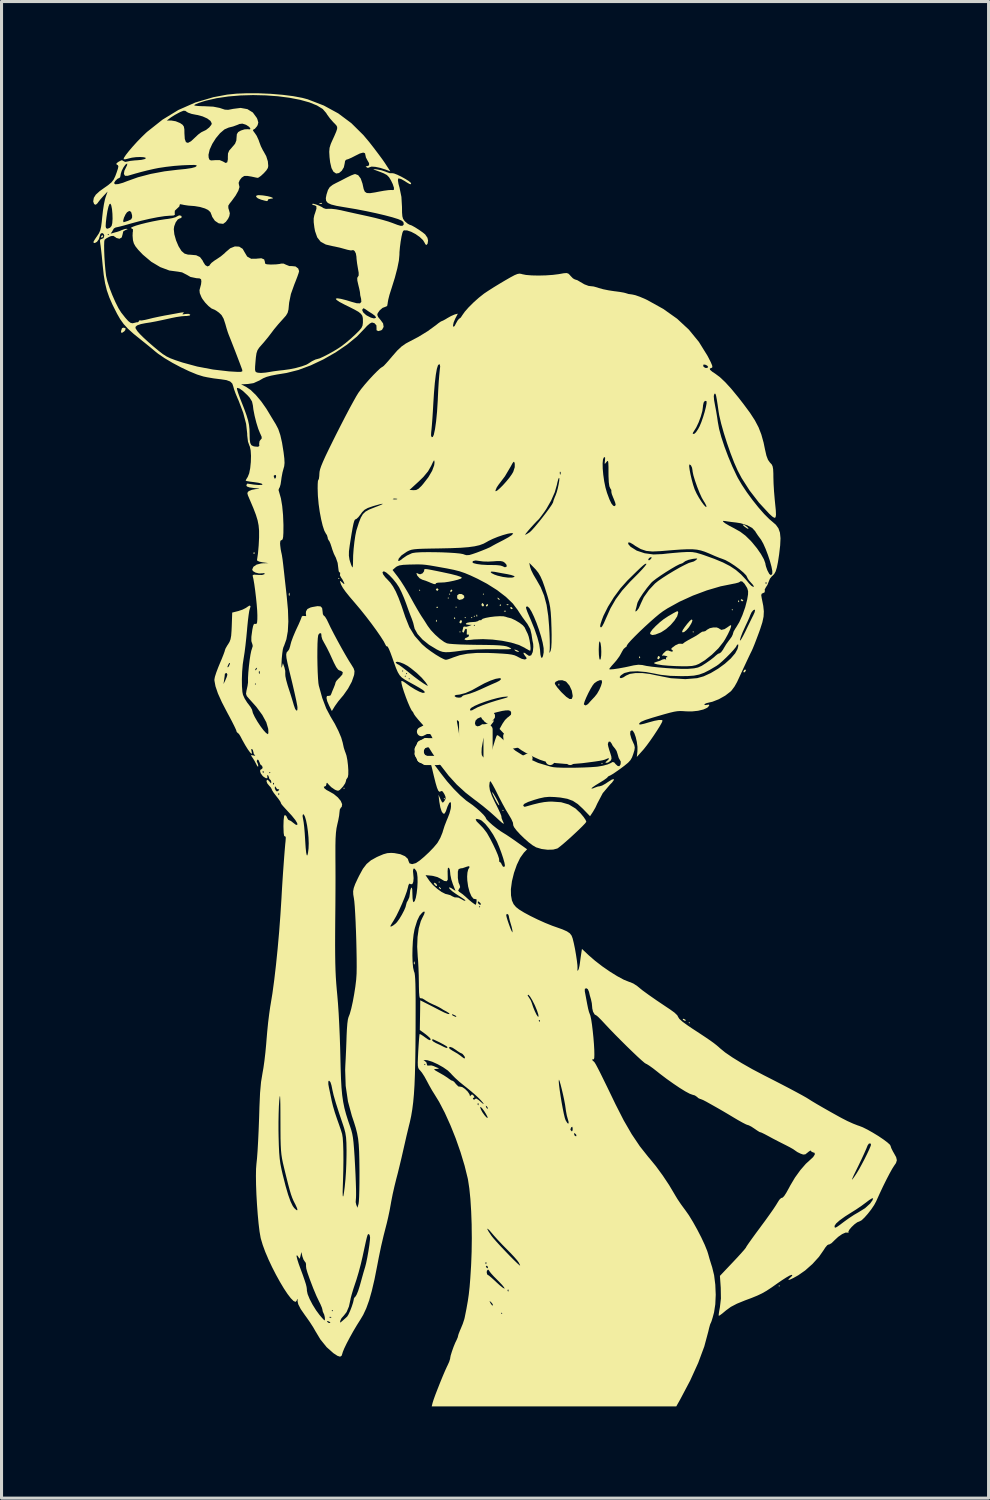
<source format=kicad_pcb>
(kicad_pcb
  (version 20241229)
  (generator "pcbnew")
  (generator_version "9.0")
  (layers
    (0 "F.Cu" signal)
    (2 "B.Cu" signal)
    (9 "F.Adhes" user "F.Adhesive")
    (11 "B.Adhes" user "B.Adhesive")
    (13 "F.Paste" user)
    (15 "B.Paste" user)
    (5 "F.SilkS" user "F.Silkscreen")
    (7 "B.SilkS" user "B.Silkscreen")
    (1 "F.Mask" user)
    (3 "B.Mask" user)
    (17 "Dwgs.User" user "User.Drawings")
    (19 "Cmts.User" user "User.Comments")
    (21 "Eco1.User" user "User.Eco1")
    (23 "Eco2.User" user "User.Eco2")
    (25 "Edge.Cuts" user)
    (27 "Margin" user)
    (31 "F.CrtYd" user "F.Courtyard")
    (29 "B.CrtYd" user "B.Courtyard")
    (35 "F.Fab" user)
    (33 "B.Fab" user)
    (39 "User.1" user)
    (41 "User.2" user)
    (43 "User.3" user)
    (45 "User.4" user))
  (footprint "alien"
    (layer "F.Cu")
    (at 13.169 21.137)
    (property "Reference" "alien" (at 0 0 0) (layer "F.SilkS") (effects (font (size 1.524 1.524) (thickness 0.3))))
    (attr board_only exclude_from_pos_files exclude_from_bom)
    (fp_poly (pts (xy -5.114 -5.263) (xy -5.135 -5.242) (xy -5.157 -5.263) (xy -5.135 -5.285)) (stroke (width 0) (type solid)) (fill yes) (layer "F.SilkS"))
    (fp_poly (pts (xy -4.944 1.598) (xy -4.965 1.619) (xy -4.986 1.598) (xy -4.965 1.577)) (stroke (width 0) (type solid)) (fill yes) (layer "F.SilkS"))
    (fp_poly (pts (xy -2.472 -4.88) (xy -2.493 -4.858) (xy -2.514 -4.88) (xy -2.493 -4.901)) (stroke (width 0) (type solid)) (fill yes) (layer "F.SilkS"))
    (fp_poly (pts (xy -1.833 4.667) (xy -1.854 4.688) (xy -1.875 4.667) (xy -1.854 4.645)) (stroke (width 0) (type solid)) (fill yes) (layer "F.SilkS"))
    (fp_poly (pts (xy -1.662 1.939) (xy -1.683 1.96) (xy -1.705 1.939) (xy -1.683 1.918)) (stroke (width 0) (type solid)) (fill yes) (layer "F.SilkS"))
    (fp_poly (pts (xy -1.534 -4.624) (xy -1.556 -4.603) (xy -1.577 -4.624) (xy -1.556 -4.645)) (stroke (width 0) (type solid)) (fill yes) (layer "F.SilkS"))
    (fp_poly (pts (xy -1.492 -4.752) (xy -1.513 -4.731) (xy -1.534 -4.752) (xy -1.513 -4.773)) (stroke (width 0) (type solid)) (fill yes) (layer "F.SilkS"))
    (fp_poly (pts (xy -1.279 -4.326) (xy -1.3 -4.304) (xy -1.321 -4.326) (xy -1.3 -4.347)) (stroke (width 0) (type solid)) (fill yes) (layer "F.SilkS"))
    (fp_poly (pts (xy -1.151 -3.516) (xy -1.172 -3.495) (xy -1.193 -3.516) (xy -1.172 -3.537)) (stroke (width 0) (type solid)) (fill yes) (layer "F.SilkS"))
    (fp_poly (pts (xy -0.98 -3.985) (xy -1.002 -3.963) (xy -1.023 -3.985) (xy -1.002 -4.006)) (stroke (width 0) (type solid)) (fill yes) (layer "F.SilkS"))
    (fp_poly (pts (xy -0.767 -3.985) (xy -0.788 -3.963) (xy -0.81 -3.985) (xy -0.788 -4.006)) (stroke (width 0) (type solid)) (fill yes) (layer "F.SilkS"))
    (fp_poly (pts (xy -0.682 -4.027) (xy -0.703 -4.006) (xy -0.724 -4.027) (xy -0.703 -4.049)) (stroke (width 0) (type solid)) (fill yes) (layer "F.SilkS"))
    (fp_poly (pts (xy -0.384 -4.752) (xy -0.405 -4.731) (xy -0.426 -4.752) (xy -0.405 -4.773)) (stroke (width 0) (type solid)) (fill yes) (layer "F.SilkS"))
    (fp_poly (pts (xy 0.256 2.323) (xy 0.234 2.344) (xy 0.213 2.323) (xy 0.234 2.301)) (stroke (width 0) (type solid)) (fill yes) (layer "F.SilkS"))
    (fp_poly (pts (xy 3.495 0.788) (xy 3.473 0.81) (xy 3.452 0.788) (xy 3.473 0.767)) (stroke (width 0) (type solid)) (fill yes) (layer "F.SilkS"))
    (fp_poly (pts (xy 6.35 9.269) (xy 6.329 9.291) (xy 6.307 9.269) (xy 6.329 9.248)) (stroke (width 0) (type solid)) (fill yes) (layer "F.SilkS"))
    (fp_poly (pts (xy 6.478 -3.516) (xy 6.457 -3.495) (xy 6.435 -3.516) (xy 6.457 -3.537)) (stroke (width 0) (type solid)) (fill yes) (layer "F.SilkS"))
    (fp_poly (pts (xy 7.756 -4.24) (xy 7.735 -4.219) (xy 7.714 -4.24) (xy 7.735 -4.262)) (stroke (width 0) (type solid)) (fill yes) (layer "F.SilkS"))
    (fp_poly (pts (xy 9.291 17.878) (xy 9.269 17.899) (xy 9.248 17.878) (xy 9.269 17.857)) (stroke (width 0) (type solid)) (fill yes) (layer "F.SilkS"))
    (fp_poly (pts (xy -7.898 -6.123) (xy -7.893 -6.072) (xy -7.898 -6.066) (xy -7.924 -6.072) (xy -7.927 -6.094) (xy -7.911 -6.129)) (stroke (width 0) (type solid)) (fill yes) (layer "F.SilkS"))
    (fp_poly (pts (xy -6.747 -4.781) (xy -6.742 -4.715) (xy -6.75 -4.699) (xy -6.77 -4.712) (xy -6.773 -4.755) (xy -6.762 -4.801)) (stroke (width 0) (type solid)) (fill yes) (layer "F.SilkS"))
    (fp_poly (pts (xy -5.68 -17.542) (xy -5.692 -17.522) (xy -5.736 -17.519) (xy -5.781 -17.53) (xy -5.761 -17.545) (xy -5.695 -17.55)) (stroke (width 0) (type solid)) (fill yes) (layer "F.SilkS"))
    (fp_poly (pts (xy -2.656 7.28) (xy -2.651 7.346) (xy -2.659 7.361) (xy -2.679 7.349) (xy -2.682 7.305) (xy -2.671 7.26)) (stroke (width 0) (type solid)) (fill yes) (layer "F.SilkS"))
    (fp_poly (pts (xy -1.932 -3.907) (xy -1.927 -3.856) (xy -1.932 -3.85) (xy -1.957 -3.856) (xy -1.96 -3.878) (xy -1.945 -3.913)) (stroke (width 0) (type solid)) (fill yes) (layer "F.SilkS"))
    (fp_poly (pts (xy -1.889 -4.333) (xy -1.895 -4.307) (xy -1.918 -4.304) (xy -1.953 -4.32) (xy -1.946 -4.333) (xy -1.896 -4.338)) (stroke (width 0) (type solid)) (fill yes) (layer "F.SilkS"))
    (fp_poly (pts (xy -1.335 -3.992) (xy -1.33 -3.941) (xy -1.335 -3.935) (xy -1.361 -3.941) (xy -1.364 -3.963) (xy -1.348 -3.999)) (stroke (width 0) (type solid)) (fill yes) (layer "F.SilkS"))
    (fp_poly (pts (xy -0.611 -4.077) (xy -0.606 -4.026) (xy -0.611 -4.02) (xy -0.636 -4.026) (xy -0.639 -4.049) (xy -0.624 -4.084)) (stroke (width 0) (type solid)) (fill yes) (layer "F.SilkS"))
    (fp_poly (pts (xy 0.156 -4.418) (xy 0.161 -4.367) (xy 0.156 -4.361) (xy 0.131 -4.367) (xy 0.128 -4.39) (xy 0.143 -4.425)) (stroke (width 0) (type solid)) (fill yes) (layer "F.SilkS"))
    (fp_poly (pts (xy 0.327 -4.205) (xy 0.321 -4.18) (xy 0.298 -4.177) (xy 0.263 -4.192) (xy 0.27 -4.205) (xy 0.32 -4.21)) (stroke (width 0) (type solid)) (fill yes) (layer "F.SilkS"))
    (fp_poly (pts (xy 0.412 -4.418) (xy 0.406 -4.393) (xy 0.384 -4.39) (xy 0.348 -4.405) (xy 0.355 -4.418) (xy 0.406 -4.423)) (stroke (width 0) (type solid)) (fill yes) (layer "F.SilkS"))
    (fp_poly (pts (xy 2.074 -1.818) (xy 2.079 -1.768) (xy 2.074 -1.762) (xy 2.049 -1.767) (xy 2.046 -1.79) (xy 2.061 -1.825)) (stroke (width 0) (type solid)) (fill yes) (layer "F.SilkS"))
    (fp_poly (pts (xy 4.716 -2.713) (xy 4.721 -2.663) (xy 4.716 -2.656) (xy 4.691 -2.662) (xy 4.688 -2.685) (xy 4.704 -2.72)) (stroke (width 0) (type solid)) (fill yes) (layer "F.SilkS"))
    (fp_poly (pts (xy 7.955 -4.546) (xy 7.96 -4.495) (xy 7.955 -4.489) (xy 7.93 -4.495) (xy 7.927 -4.517) (xy 7.942 -4.553)) (stroke (width 0) (type solid)) (fill yes) (layer "F.SilkS"))
    (fp_poly (pts (xy -1.955 4.715) (xy -1.922 4.767) (xy -1.929 4.798) (xy -1.967 4.787) (xy -2.002 4.753) (xy -2.03 4.699) (xy -2.011 4.688)) (stroke (width 0) (type solid)) (fill yes) (layer "F.SilkS"))
    (fp_poly (pts (xy -1.839 4.833) (xy -1.793 4.876) (xy -1.803 4.901) (xy -1.809 4.901) (xy -1.845 4.871) (xy -1.858 4.852) (xy -1.863 4.823)) (stroke (width 0) (type solid)) (fill yes) (layer "F.SilkS"))
    (fp_poly (pts (xy 0.079 -4.628) (xy 0.124 -4.588) (xy 0.128 -4.579) (xy 0.108 -4.561) (xy 0.066 -4.601) (xy 0.06 -4.609) (xy 0.055 -4.638)) (stroke (width 0) (type solid)) (fill yes) (layer "F.SilkS"))
    (fp_poly (pts (xy 6.156 9.146) (xy 6.216 9.181) (xy 6.206 9.203) (xy 6.182 9.205) (xy 6.124 9.174) (xy 6.116 9.163) (xy 6.123 9.139)) (stroke (width 0) (type solid)) (fill yes) (layer "F.SilkS"))
    (fp_poly (pts (xy -12.843 -16.467) (xy -12.849 -16.45) (xy -12.887 -16.41) (xy -12.894 -16.408) (xy -12.913 -16.441) (xy -12.913 -16.45) (xy -12.88 -16.491) (xy -12.868 -16.493)) (stroke (width 0) (type solid)) (fill yes) (layer "F.SilkS"))
    (fp_poly (pts (xy -1.876 -4.911) (xy -1.875 -4.901) (xy -1.908 -4.86) (xy -1.918 -4.858) (xy -1.959 -4.891) (xy -1.96 -4.901) (xy -1.928 -4.942) (xy -1.918 -4.944)) (stroke (width 0) (type solid)) (fill yes) (layer "F.SilkS"))
    (fp_poly (pts (xy -1.421 -4.875) (xy -1.428 -4.858) (xy -1.466 -4.818) (xy -1.473 -4.816) (xy -1.491 -4.849) (xy -1.492 -4.858) (xy -1.459 -4.899) (xy -1.446 -4.901)) (stroke (width 0) (type solid)) (fill yes) (layer "F.SilkS"))
    (fp_poly (pts (xy -1.114 -3.89) (xy -1.108 -3.859) (xy -1.13 -3.801) (xy -1.151 -3.793) (xy -1.192 -3.824) (xy -1.193 -3.833) (xy -1.162 -3.891) (xy -1.151 -3.899)) (stroke (width 0) (type solid)) (fill yes) (layer "F.SilkS"))
    (fp_poly (pts (xy -0.426 -4.454) (xy -0.385 -4.399) (xy -0.384 -4.387) (xy -0.416 -4.348) (xy -0.426 -4.347) (xy -0.464 -4.382) (xy -0.469 -4.413) (xy -0.448 -4.458)) (stroke (width 0) (type solid)) (fill yes) (layer "F.SilkS"))
    (fp_poly (pts (xy -0.256 -4.399) (xy -0.256 -4.39) (xy -0.288 -4.349) (xy -0.301 -4.347) (xy -0.326 -4.373) (xy -0.32 -4.39) (xy -0.281 -4.43) (xy -0.274 -4.432)) (stroke (width 0) (type solid)) (fill yes) (layer "F.SilkS"))
    (fp_poly (pts (xy 0.511 -4.326) (xy 0.552 -4.287) (xy 0.554 -4.281) (xy 0.521 -4.262) (xy 0.511 -4.262) (xy 0.47 -4.295) (xy 0.469 -4.307) (xy 0.495 -4.332)) (stroke (width 0) (type solid)) (fill yes) (layer "F.SilkS"))
    (fp_poly (pts (xy 0.688 -2.918) (xy 0.724 -2.898) (xy 0.759 -2.864) (xy 0.746 -2.857) (xy 0.676 -2.878) (xy 0.639 -2.898) (xy 0.605 -2.932) (xy 0.618 -2.939)) (stroke (width 0) (type solid)) (fill yes) (layer "F.SilkS"))
    (fp_poly (pts (xy 5.369 -2.697) (xy 5.37 -2.687) (xy 5.339 -2.63) (xy 5.327 -2.621) (xy 5.291 -2.631) (xy 5.285 -2.661) (xy 5.307 -2.719) (xy 5.327 -2.728)) (stroke (width 0) (type solid)) (fill yes) (layer "F.SilkS"))
    (fp_poly (pts (xy 8.055 -4.581) (xy 8.095 -4.543) (xy 8.097 -4.536) (xy 8.064 -4.518) (xy 8.055 -4.517) (xy 8.014 -4.55) (xy 8.012 -4.563) (xy 8.038 -4.588)) (stroke (width 0) (type solid)) (fill yes) (layer "F.SilkS"))
    (fp_poly (pts (xy 8.179 -2.278) (xy 8.183 -2.264) (xy 8.151 -2.204) (xy 8.14 -2.195) (xy 8.101 -2.197) (xy 8.097 -2.211) (xy 8.128 -2.271) (xy 8.14 -2.28)) (stroke (width 0) (type solid)) (fill yes) (layer "F.SilkS"))
    (fp_poly (pts (xy -1.112 -4.753) (xy -1.038 -4.702) (xy -1.031 -4.637) (xy -1.09 -4.586) (xy -1.192 -4.562) (xy -1.249 -4.596) (xy -1.264 -4.627) (xy -1.263 -4.711) (xy -1.201 -4.758)) (stroke (width 0) (type solid)) (fill yes) (layer "F.SilkS"))
    (fp_poly (pts (xy -12.109 -13.445) (xy -12.123 -13.386) (xy -12.154 -13.348) (xy -12.223 -13.301) (xy -12.262 -13.312) (xy -12.257 -13.364) (xy -12.235 -13.432) (xy -12.231 -13.449) (xy -12.196 -13.465) (xy -12.167 -13.467)) (stroke (width 0) (type solid)) (fill yes) (layer "F.SilkS"))
    (fp_poly (pts (xy 8.14 -7.008) (xy 8.209 -6.96) (xy 8.259 -6.91) (xy 8.265 -6.887) (xy 8.223 -6.898) (xy 8.148 -6.949) (xy 8.146 -6.95) (xy 8.087 -7.006) (xy 8.08 -7.03) (xy 8.082 -7.031)) (stroke (width 0) (type solid)) (fill yes) (layer "F.SilkS"))
    (fp_poly (pts (xy -0.07 1.788) (xy 0.004 1.911) (xy 0.069 2.033) (xy 0.108 2.124) (xy 0.113 2.16) (xy 0.084 2.138) (xy 0.031 2.057) (xy -0.018 1.966) (xy -0.09 1.818) (xy -0.122 1.737) (xy -0.115 1.726)) (stroke (width 0) (type solid)) (fill yes) (layer "F.SilkS"))
    (fp_poly (pts (xy 6.432 -3.904) (xy 6.418 -3.843) (xy 6.387 -3.779) (xy 6.318 -3.669) (xy 6.238 -3.576) (xy 6.164 -3.515) (xy 6.111 -3.498) (xy 6.094 -3.53) (xy 6.119 -3.584) (xy 6.18 -3.674) (xy 6.258 -3.776) (xy 6.335 -3.865) (xy 6.39 -3.916) (xy 6.402 -3.921)) (stroke (width 0) (type solid)) (fill yes) (layer "F.SilkS"))
    (fp_poly (pts (xy -7.636 -17.796) (xy -7.597 -17.791) (xy -7.461 -17.769) (xy -7.357 -17.742) (xy -7.297 -17.715) (xy -7.295 -17.694) (xy -7.364 -17.686) (xy -7.364 -17.686) (xy -7.438 -17.67) (xy -7.458 -17.644) (xy -7.463 -17.616) (xy -7.489 -17.609) (xy -7.559 -17.623) (xy -7.682 -17.657) (xy -7.784 -17.699) (xy -7.839 -17.748) (xy -7.842 -17.761) (xy -7.824 -17.793) (xy -7.762 -17.804)) (stroke (width 0) (type solid)) (fill yes) (layer "F.SilkS"))
    (fp_poly (pts (xy 5.966 -4.159) (xy 5.966 -4.143) (xy 5.933 -4.026) (xy 5.843 -3.885) (xy 5.715 -3.738) (xy 5.565 -3.606) (xy 5.411 -3.506) (xy 5.377 -3.49) (xy 5.221 -3.43) (xy 5.121 -3.413) (xy 5.062 -3.438) (xy 5.047 -3.457) (xy 5.06 -3.51) (xy 5.127 -3.6) (xy 5.226 -3.704) (xy 5.37 -3.836) (xy 5.5 -3.939) (xy 5.649 -4.036) (xy 5.815 -4.132) (xy 5.911 -4.183) (xy 5.955 -4.192)) (stroke (width 0) (type solid)) (fill yes) (layer "F.SilkS"))
    (fp_poly (pts (xy -2.233 -5.566) (xy -2.117 -5.545) (xy -1.94 -5.51) (xy -1.747 -5.47) (xy -1.478 -5.412) (xy -1.278 -5.361) (xy -1.154 -5.319) (xy -1.108 -5.288) (xy -1.108 -5.287) (xy -1.146 -5.258) (xy -1.246 -5.223) (xy -1.383 -5.188) (xy -1.536 -5.157) (xy -1.679 -5.136) (xy -1.785 -5.131) (xy -1.893 -5.127) (xy -1.955 -5.111) (xy -1.96 -5.103) (xy -1.976 -5.077) (xy -2.032 -5.084) (xy -2.146 -5.128) (xy -2.173 -5.141) (xy -2.294 -5.189) (xy -2.392 -5.22) (xy -2.402 -5.223) (xy -2.491 -5.27) (xy -2.568 -5.355) (xy -2.598 -5.432) (xy -2.577 -5.443) (xy -2.551 -5.423) (xy -2.478 -5.4) (xy -2.398 -5.431) (xy -2.348 -5.498) (xy -2.344 -5.524) (xy -2.343 -5.551) (xy -2.333 -5.567) (xy -2.3 -5.573)) (stroke (width 0) (type solid)) (fill yes) (layer "F.SilkS"))
    (fp_poly (pts (xy 7.697 -3.739) (xy 7.695 -3.686) (xy 7.658 -3.581) (xy 7.593 -3.443) (xy 7.51 -3.291) (xy 7.446 -3.188) (xy 7.283 -2.981) (xy 7.07 -2.772) (xy 6.836 -2.587) (xy 6.642 -2.469) (xy 6.539 -2.427) (xy 6.418 -2.402) (xy 6.255 -2.392) (xy 6.085 -2.392) (xy 5.873 -2.398) (xy 5.659 -2.41) (xy 5.482 -2.425) (xy 5.443 -2.429) (xy 5.273 -2.456) (xy 5.186 -2.482) (xy 5.181 -2.508) (xy 5.257 -2.537) (xy 5.269 -2.54) (xy 5.376 -2.574) (xy 5.443 -2.609) (xy 5.517 -2.628) (xy 5.545 -2.618) (xy 5.576 -2.611) (xy 5.566 -2.636) (xy 5.568 -2.68) (xy 5.591 -2.686) (xy 5.622 -2.695) (xy 5.587 -2.724) (xy 5.496 -2.745) (xy 5.459 -2.738) (xy 5.433 -2.744) (xy 5.472 -2.802) (xy 5.493 -2.826) (xy 5.573 -2.898) (xy 5.638 -2.909) (xy 5.678 -2.893) (xy 5.755 -2.87) (xy 5.789 -2.879) (xy 5.784 -2.918) (xy 5.764 -2.929) (xy 5.734 -2.956) (xy 5.766 -2.997) (xy 5.875 -3.078) (xy 5.981 -3.127) (xy 6.055 -3.13) (xy 6.058 -3.128) (xy 6.118 -3.127) (xy 6.131 -3.14) (xy 6.181 -3.179) (xy 6.284 -3.241) (xy 6.389 -3.299) (xy 6.524 -3.373) (xy 6.633 -3.442) (xy 6.682 -3.479) (xy 6.752 -3.523) (xy 6.789 -3.526) (xy 6.851 -3.541) (xy 6.912 -3.588) (xy 6.999 -3.637) (xy 7.116 -3.662) (xy 7.229 -3.661) (xy 7.303 -3.63) (xy 7.309 -3.622) (xy 7.378 -3.582) (xy 7.483 -3.607) (xy 7.575 -3.666) (xy 7.653 -3.721) (xy 7.696 -3.739)) (stroke (width 0) (type solid)) (fill yes) (layer "F.SilkS"))
    (fp_poly (pts (xy 0.249 -4.027) (xy 0.32 -4.011) (xy 0.396 -3.986) (xy 0.405 -3.985) (xy 0.505 -3.959) (xy 0.637 -3.897) (xy 0.773 -3.816) (xy 0.884 -3.732) (xy 0.941 -3.666) (xy 1.001 -3.539) (xy 1.044 -3.452) (xy 1.077 -3.358) (xy 1.106 -3.232) (xy 1.127 -3.099) (xy 1.137 -2.984) (xy 1.131 -2.913) (xy 1.12 -2.9) (xy 1.066 -2.924) (xy 0.972 -2.978) (xy 0.938 -3) (xy 0.751 -3.09) (xy 0.5 -3.167) (xy 0.208 -3.226) (xy -0.106 -3.265) (xy -0.42 -3.28) (xy -0.714 -3.269) (xy -0.82 -3.257) (xy -0.957 -3.246) (xy -1.018 -3.262) (xy -1.023 -3.276) (xy -0.989 -3.32) (xy -0.963 -3.324) (xy -0.897 -3.358) (xy -0.88 -3.386) (xy -0.883 -3.43) (xy -0.913 -3.426) (xy -0.951 -3.434) (xy -0.949 -3.508) (xy -0.948 -3.513) (xy -0.948 -3.597) (xy -0.975 -3.622) (xy -1.017 -3.588) (xy -1.023 -3.559) (xy -1.048 -3.502) (xy -1.07 -3.495) (xy -1.098 -3.526) (xy -1.091 -3.562) (xy -1.068 -3.645) (xy -1.065 -3.671) (xy -1.04 -3.694) (xy -1.027 -3.689) (xy -0.961 -3.685) (xy -0.888 -3.705) (xy -0.828 -3.729) (xy -0.724 -3.729) (xy -0.703 -3.708) (xy -0.682 -3.729) (xy -0.703 -3.75) (xy -0.724 -3.729) (xy -0.828 -3.729) (xy -0.788 -3.745) (xy -0.884 -3.748) (xy -0.968 -3.761) (xy -0.982 -3.787) (xy -0.937 -3.815) (xy -0.845 -3.833) (xy -0.791 -3.836) (xy -0.67 -3.845) (xy -0.589 -3.867) (xy -0.575 -3.879) (xy -0.524 -3.903) (xy -0.508 -3.898) (xy -0.471 -3.901) (xy -0.469 -3.913) (xy -0.43 -3.945) (xy -0.329 -3.975) (xy -0.187 -4.002) (xy -0.029 -4.021) (xy 0.124 -4.03)) (stroke (width 0) (type solid)) (fill yes) (layer "F.SilkS"))
    (fp_poly (pts (xy 2.374 -15.236) (xy 2.422 -15.19) (xy 2.447 -15.159) (xy 2.524 -15.081) (xy 2.59 -15.044) (xy 2.595 -15.044) (xy 2.667 -15.021) (xy 2.762 -14.965) (xy 2.764 -14.964) (xy 2.898 -14.886) (xy 3.033 -14.835) (xy 3.134 -14.822) (xy 3.137 -14.823) (xy 3.202 -14.815) (xy 3.314 -14.784) (xy 3.371 -14.765) (xy 3.509 -14.726) (xy 3.693 -14.689) (xy 3.884 -14.66) (xy 3.89 -14.66) (xy 4.054 -14.638) (xy 4.186 -14.615) (xy 4.262 -14.595) (xy 4.269 -14.592) (xy 4.341 -14.57) (xy 4.453 -14.555) (xy 4.46 -14.554) (xy 4.564 -14.531) (xy 4.715 -14.478) (xy 4.888 -14.404) (xy 4.955 -14.372) (xy 5.479 -14.081) (xy 5.93 -13.761) (xy 6.315 -13.404) (xy 6.643 -13.003) (xy 6.925 -12.548) (xy 6.946 -12.508) (xy 7.03 -12.343) (xy 7.075 -12.237) (xy 7.085 -12.179) (xy 7.064 -12.155) (xy 7.057 -12.154) (xy 7 -12.13) (xy 7.007 -12.091) (xy 7.081 -12.027) (xy 7.175 -11.965) (xy 7.33 -11.85) (xy 7.504 -11.686) (xy 7.704 -11.467) (xy 7.936 -11.185) (xy 8.102 -10.971) (xy 8.313 -10.686) (xy 8.474 -10.438) (xy 8.595 -10.208) (xy 8.686 -9.973) (xy 8.759 -9.711) (xy 8.806 -9.484) (xy 8.852 -9.282) (xy 8.904 -9.145) (xy 8.967 -9.057) (xy 8.974 -9.049) (xy 9.025 -8.995) (xy 9.055 -8.932) (xy 9.072 -8.838) (xy 9.079 -8.693) (xy 9.08 -8.579) (xy 9.086 -8.369) (xy 9.101 -8.115) (xy 9.123 -7.856) (xy 9.136 -7.724) (xy 9.159 -7.496) (xy 9.165 -7.345) (xy 9.151 -7.264) (xy 9.113 -7.247) (xy 9.046 -7.288) (xy 8.947 -7.379) (xy 8.942 -7.384) (xy 8.608 -7.745) (xy 8.301 -8.143) (xy 8.04 -8.551) (xy 7.911 -8.796) (xy 7.796 -9.056) (xy 7.678 -9.362) (xy 7.563 -9.692) (xy 7.458 -10.023) (xy 7.371 -10.333) (xy 7.309 -10.6) (xy 7.289 -10.718) (xy 7.254 -10.961) (xy 7.227 -11.13) (xy 7.207 -11.238) (xy 7.189 -11.295) (xy 7.172 -11.313) (xy 7.153 -11.304) (xy 7.148 -11.299) (xy 7.13 -11.234) (xy 7.14 -11.099) (xy 7.172 -10.923) (xy 7.209 -10.728) (xy 7.241 -10.534) (xy 7.263 -10.381) (xy 7.264 -10.376) (xy 7.304 -10.158) (xy 7.378 -9.885) (xy 7.48 -9.576) (xy 7.602 -9.251) (xy 7.737 -8.929) (xy 7.878 -8.63) (xy 7.918 -8.551) (xy 8.049 -8.328) (xy 8.214 -8.08) (xy 8.4 -7.827) (xy 8.594 -7.584) (xy 8.782 -7.37) (xy 8.95 -7.202) (xy 9.038 -7.128) (xy 9.161 -7.021) (xy 9.245 -6.904) (xy 9.295 -6.762) (xy 9.313 -6.58) (xy 9.302 -6.345) (xy 9.268 -6.053) (xy 9.23 -5.802) (xy 9.193 -5.621) (xy 9.154 -5.495) (xy 9.107 -5.41) (xy 9.047 -5.349) (xy 9.033 -5.339) (xy 8.968 -5.259) (xy 8.93 -5.168) (xy 8.885 -5.053) (xy 8.836 -4.978) (xy 8.796 -4.903) (xy 8.801 -4.858) (xy 8.792 -4.81) (xy 8.747 -4.788) (xy 8.697 -4.765) (xy 8.683 -4.716) (xy 8.699 -4.615) (xy 8.705 -4.589) (xy 8.749 -4.369) (xy 8.768 -4.187) (xy 8.759 -4.016) (xy 8.72 -3.832) (xy 8.648 -3.607) (xy 8.607 -3.493) (xy 8.532 -3.293) (xy 8.463 -3.113) (xy 8.406 -2.974) (xy 8.372 -2.898) (xy 8.329 -2.812) (xy 8.263 -2.673) (xy 8.184 -2.505) (xy 8.148 -2.429) (xy 8.061 -2.242) (xy 7.976 -2.058) (xy 7.907 -1.909) (xy 7.89 -1.873) (xy 7.81 -1.731) (xy 7.716 -1.604) (xy 7.682 -1.568) (xy 7.506 -1.432) (xy 7.296 -1.314) (xy 7.087 -1.232) (xy 6.994 -1.21) (xy 6.886 -1.184) (xy 6.824 -1.153) (xy 6.819 -1.142) (xy 6.852 -1.122) (xy 6.909 -1.131) (xy 6.975 -1.139) (xy 6.981 -1.104) (xy 6.918 -1.036) (xy 6.79 -0.978) (xy 6.616 -0.936) (xy 6.418 -0.915) (xy 6.232 -0.917) (xy 6.121 -0.925) (xy 6.027 -0.928) (xy 5.935 -0.922) (xy 5.831 -0.905) (xy 5.699 -0.874) (xy 5.526 -0.827) (xy 5.295 -0.76) (xy 5.106 -0.704) (xy 4.888 -0.634) (xy 4.751 -0.575) (xy 4.691 -0.525) (xy 4.699 -0.486) (xy 4.746 -0.489) (xy 4.851 -0.512) (xy 4.991 -0.553) (xy 5.187 -0.607) (xy 5.337 -0.635) (xy 5.43 -0.635) (xy 5.455 -0.613) (xy 5.431 -0.552) (xy 5.368 -0.439) (xy 5.276 -0.292) (xy 5.167 -0.126) (xy 5.051 0.042) (xy 4.94 0.194) (xy 4.844 0.316) (xy 4.818 0.346) (xy 4.612 0.575) (xy 4.633 0.384) (xy 4.634 0.242) (xy 4.613 0.082) (xy 4.577 -0.074) (xy 4.531 -0.203) (xy 4.481 -0.283) (xy 4.45 -0.298) (xy 4.401 -0.264) (xy 4.395 -0.171) (xy 4.434 -0.031) (xy 4.479 0.072) (xy 4.529 0.183) (xy 4.546 0.266) (xy 4.533 0.358) (xy 4.496 0.48) (xy 4.455 0.591) (xy 4.404 0.679) (xy 4.327 0.763) (xy 4.206 0.862) (xy 4.091 0.948) (xy 3.943 1.053) (xy 3.819 1.136) (xy 3.735 1.185) (xy 3.711 1.193) (xy 3.667 1.218) (xy 3.665 1.227) (xy 3.631 1.263) (xy 3.541 1.328) (xy 3.412 1.409) (xy 3.386 1.424) (xy 3.256 1.504) (xy 3.164 1.568) (xy 3.126 1.604) (xy 3.127 1.607) (xy 3.175 1.605) (xy 3.232 1.58) (xy 3.338 1.542) (xy 3.398 1.534) (xy 3.477 1.51) (xy 3.59 1.448) (xy 3.659 1.401) (xy 3.785 1.32) (xy 3.854 1.297) (xy 3.862 1.329) (xy 3.803 1.41) (xy 3.736 1.478) (xy 3.498 1.759) (xy 3.325 2.087) (xy 3.324 2.088) (xy 3.258 2.231) (xy 3.177 2.371) (xy 3.174 2.375) (xy 3.083 2.513) (xy 2.846 2.268) (xy 2.682 2.116) (xy 2.52 2.01) (xy 2.338 1.943) (xy 2.11 1.902) (xy 1.93 1.886) (xy 1.75 1.879) (xy 1.591 1.893) (xy 1.418 1.931) (xy 1.259 1.978) (xy 1.059 2.046) (xy 0.939 2.104) (xy 0.895 2.152) (xy 0.895 2.156) (xy 0.924 2.203) (xy 0.97 2.2) (xy 1.225 2.128) (xy 1.422 2.08) (xy 1.582 2.051) (xy 1.727 2.037) (xy 1.831 2.034) (xy 2.137 2.056) (xy 2.389 2.129) (xy 2.606 2.26) (xy 2.767 2.412) (xy 2.867 2.532) (xy 2.936 2.632) (xy 2.96 2.693) (xy 2.959 2.698) (xy 2.919 2.75) (xy 2.828 2.845) (xy 2.702 2.968) (xy 2.554 3.107) (xy 2.399 3.249) (xy 2.251 3.379) (xy 2.125 3.485) (xy 2.036 3.554) (xy 2.012 3.569) (xy 1.875 3.605) (xy 1.693 3.61) (xy 1.497 3.585) (xy 1.32 3.532) (xy 1.31 3.527) (xy 1.2 3.462) (xy 1.068 3.361) (xy 0.927 3.236) (xy 0.792 3.104) (xy 0.677 2.978) (xy 0.598 2.873) (xy 0.567 2.802) (xy 0.569 2.793) (xy 0.56 2.723) (xy 0.508 2.606) (xy 0.427 2.468) (xy 0.334 2.314) (xy 0.224 2.115) (xy 0.112 1.902) (xy 0.055 1.788) (xy -0.03 1.618) (xy -0.104 1.481) (xy -0.158 1.392) (xy -0.181 1.366) (xy -0.201 1.402) (xy -0.212 1.496) (xy -0.213 1.533) (xy -0.194 1.662) (xy -0.133 1.835) (xy -0.027 2.062) (xy -0.004 2.105) (xy 0.079 2.272) (xy 0.143 2.409) (xy 0.179 2.5) (xy 0.184 2.529) (xy 0.189 2.576) (xy 0.225 2.667) (xy 0.237 2.692) (xy 0.261 2.748) (xy 0.253 2.761) (xy 0.204 2.728) (xy 0.108 2.643) (xy -0.007 2.536) (xy -0.195 2.368) (xy -0.414 2.186) (xy -0.625 2.022) (xy -0.681 1.982) (xy -0.992 1.74) (xy -1.276 1.48) (xy -1.544 1.186) (xy -1.807 0.846) (xy -2.078 0.447) (xy -2.244 0.181) (xy -2.317 0.044) (xy -2.332 -0.032) (xy -2.288 -0.046) (xy -2.186 0.002) (xy -2.175 0.009) (xy -2.1 0.039) (xy -2.066 0.034) (xy -2.063 -0.026) (xy -2.119 -0.137) (xy -2.229 -0.289) (xy -2.387 -0.476) (xy -2.425 -0.518) (xy -2.504 -0.607) (xy -1.275 -0.607) (xy -1.26 -0.515) (xy -1.259 -0.511) (xy -1.231 -0.361) (xy -1.206 -0.204) (xy -1.206 -0.201) (xy -1.183 -0.093) (xy -1.163 -0.065) (xy -1.149 -0.109) (xy -1.143 -0.22) (xy -1.145 -0.309) (xy -1.166 -0.472) (xy -1.189 -0.529) (xy -0.683 -0.529) (xy -0.661 -0.456) (xy -0.599 -0.426) (xy -0.517 -0.447) (xy -0.488 -0.472) (xy -0.43 -0.499) (xy -0.398 -0.493) (xy -0.325 -0.501) (xy -0.227 -0.551) (xy -0.211 -0.562) (xy -0.109 -0.624) (xy -0.064 -0.624) (xy -0.081 -0.57) (xy -0.145 -0.49) (xy -0.302 -0.266) (xy -0.412 0.005) (xy -0.461 0.28) (xy -0.467 0.426) (xy -0.458 0.513) (xy -0.424 0.568) (xy -0.365 0.612) (xy -0.289 0.657) (xy -0.246 0.649) (xy -0.208 0.576) (xy -0.194 0.545) (xy -0.15 0.426) (xy -0.098 0.265) (xy -0.063 0.149) (xy -0.02 0.01) (xy 0.018 -0.096) (xy 0.04 -0.139) (xy 0.08 -0.125) (xy 0.164 -0.06) (xy 0.276 0.044) (xy 0.342 0.111) (xy 0.638 0.368) (xy 0.993 0.591) (xy 1.384 0.769) (xy 1.787 0.89) (xy 1.875 0.908) (xy 1.99 0.919) (xy 2.168 0.926) (xy 2.39 0.928) (xy 2.633 0.926) (xy 2.877 0.919) (xy 3.1 0.909) (xy 3.282 0.896) (xy 3.344 0.889) (xy 3.51 0.86) (xy 3.656 0.82) (xy 3.745 0.782) (xy 3.823 0.739) (xy 3.874 0.754) (xy 3.921 0.811) (xy 3.989 0.871) (xy 4.043 0.877) (xy 4.083 0.813) (xy 4.087 0.725) (xy 4.053 0.664) (xy 4.021 0.609) (xy 3.991 0.508) (xy 3.988 0.495) (xy 3.951 0.379) (xy 3.897 0.296) (xy 3.894 0.294) (xy 3.825 0.209) (xy 3.789 0.138) (xy 3.739 0.071) (xy 3.689 0.078) (xy 3.665 0.154) (xy 3.665 0.157) (xy 3.679 0.234) (xy 3.714 0.356) (xy 3.738 0.427) (xy 3.778 0.557) (xy 3.785 0.636) (xy 3.759 0.693) (xy 3.754 0.699) (xy 3.676 0.755) (xy 3.628 0.766) (xy 3.583 0.758) (xy 3.608 0.728) (xy 3.633 0.708) (xy 3.697 0.646) (xy 3.699 0.615) (xy 3.642 0.629) (xy 3.627 0.637) (xy 3.573 0.66) (xy 3.498 0.682) (xy 3.386 0.703) (xy 3.226 0.727) (xy 3.004 0.756) (xy 2.821 0.779) (xy 2.544 0.802) (xy 2.277 0.802) (xy 1.982 0.777) (xy 1.761 0.749) (xy 1.591 0.715) (xy 1.44 0.665) (xy 1.272 0.59) (xy 1.163 0.536) (xy 0.981 0.44) (xy 0.841 0.357) (xy 0.722 0.271) (xy 0.602 0.164) (xy 0.462 0.021) (xy 0.349 -0.098) (xy 0.123 -0.341) (xy 0.221 -0.517) (xy 0.301 -0.634) (xy 0.388 -0.719) (xy 0.417 -0.738) (xy 0.495 -0.807) (xy 0.503 -0.871) (xy 0.48 -0.929) (xy 0.418 -0.95) (xy 0.327 -0.949) (xy 0.208 -0.931) (xy 0.036 -0.89) (xy -0.159 -0.836) (xy -0.352 -0.776) (xy -0.512 -0.719) (xy -0.6 -0.68) (xy -0.663 -0.614) (xy -0.683 -0.529) (xy -1.189 -0.529) (xy -1.208 -0.58) (xy -1.222 -0.597) (xy -1.265 -0.63) (xy -1.275 -0.607) (xy -2.504 -0.607) (xy -2.54 -0.648) (xy -2.629 -0.757) (xy -2.679 -0.829) (xy -2.685 -0.845) (xy -2.711 -0.899) (xy -2.717 -0.902) (xy -2.756 -0.951) (xy -2.776 -0.991) (xy -0.842 -0.991) (xy -0.836 -0.943) (xy -0.776 -0.952) (xy -0.702 -0.994) (xy -0.594 -1.051) (xy -0.424 -1.12) (xy -0.309 -1.162) (xy 2.882 -1.162) (xy 2.883 -1.14) (xy 2.94 -1.11) (xy 3.014 -1.154) (xy 3.035 -1.178) (xy 3.098 -1.25) (xy 3.192 -1.35) (xy 3.233 -1.393) (xy 3.312 -1.493) (xy 3.385 -1.621) (xy 3.442 -1.753) (xy 3.474 -1.864) (xy 3.468 -1.93) (xy 3.466 -1.932) (xy 3.406 -1.938) (xy 3.311 -1.899) (xy 3.223 -1.837) (xy 3.17 -1.77) (xy 3.101 -1.656) (xy 3.027 -1.516) (xy 2.959 -1.372) (xy 2.907 -1.247) (xy 2.882 -1.162) (xy -0.309 -1.162) (xy -0.214 -1.196) (xy 0.016 -1.269) (xy 0.198 -1.321) (xy 0.341 -1.362) (xy 0.401 -1.389) (xy 0.379 -1.4) (xy 0.362 -1.401) (xy 0.227 -1.389) (xy 0.052 -1.353) (xy -0.147 -1.299) (xy -0.35 -1.234) (xy -0.539 -1.164) (xy -0.697 -1.094) (xy -0.804 -1.032) (xy -0.842 -0.991) (xy -2.776 -0.991) (xy -2.811 -1.06) (xy -2.876 -1.21) (xy -2.943 -1.382) (xy -2.958 -1.425) (xy -1.348 -1.425) (xy -1.342 -1.406) (xy -1.289 -1.375) (xy -1.206 -1.365) (xy -1.133 -1.375) (xy -1.108 -1.402) (xy -1.071 -1.433) (xy -0.978 -1.463) (xy -0.949 -1.469) (xy -0.833 -1.502) (xy -0.673 -1.561) (xy -0.499 -1.635) (xy -0.469 -1.649) (xy -0.295 -1.729) (xy -0.13 -1.803) (xy -0.042 -1.841) (xy 1.928 -1.841) (xy 1.947 -1.789) (xy 2.015 -1.695) (xy 2.117 -1.576) (xy 2.153 -1.537) (xy 2.304 -1.393) (xy 2.413 -1.321) (xy 2.481 -1.321) (xy 2.512 -1.392) (xy 2.514 -1.434) (xy 2.485 -1.597) (xy 2.41 -1.759) (xy 2.307 -1.881) (xy 2.285 -1.897) (xy 2.173 -1.936) (xy 2.054 -1.931) (xy 1.959 -1.886) (xy 1.928 -1.841) (xy -0.042 -1.841) (xy -0.004 -1.857) (xy 0.011 -1.863) (xy 0.115 -1.916) (xy 0.168 -1.965) (xy 0.16 -1.997) (xy 0.122 -2.003) (xy -0.006 -1.981) (xy -0.18 -1.921) (xy -0.373 -1.834) (xy -0.533 -1.747) (xy -0.783 -1.608) (xy -0.991 -1.517) (xy -1.179 -1.467) (xy -1.313 -1.452) (xy -1.348 -1.425) (xy -2.958 -1.425) (xy -3.005 -1.557) (xy -3.055 -1.715) (xy -3.086 -1.838) (xy -3.091 -1.906) (xy -3.088 -1.912) (xy -3.045 -1.903) (xy -2.965 -1.853) (xy -2.951 -1.842) (xy -2.798 -1.731) (xy -2.643 -1.635) (xy -2.503 -1.562) (xy -2.395 -1.522) (xy -2.338 -1.524) (xy -2.337 -1.524) (xy -2.325 -1.547) (xy -2.341 -1.577) (xy -2.394 -1.621) (xy -2.494 -1.684) (xy -2.651 -1.774) (xy -2.858 -1.888) (xy -2.981 -1.958) (xy -3.015 -1.982) (xy -2.855 -1.982) (xy -2.834 -1.96) (xy -2.813 -1.982) (xy -2.834 -2.003) (xy -2.855 -1.982) (xy -3.015 -1.982) (xy -3.073 -2.022) (xy -3.116 -2.067) (xy -2.983 -2.067) (xy -2.962 -2.046) (xy -2.941 -2.067) (xy -2.962 -2.088) (xy -2.983 -2.067) (xy -3.116 -2.067) (xy -3.144 -2.097) (xy -3.178 -2.152) (xy -2.941 -2.152) (xy -2.919 -2.131) (xy -2.898 -2.152) (xy -2.919 -2.173) (xy -2.941 -2.152) (xy -3.178 -2.152) (xy -3.205 -2.197) (xy -3.223 -2.237) (xy -3.068 -2.237) (xy -3.047 -2.216) (xy -3.026 -2.237) (xy -3.047 -2.259) (xy -3.068 -2.237) (xy -3.223 -2.237) (xy -3.267 -2.339) (xy -3.329 -2.509) (xy -3.273 -2.509) (xy -3.227 -2.465) (xy -3.217 -2.463) (xy -3.168 -2.437) (xy -3.07 -2.367) (xy -2.941 -2.267) (xy -2.855 -2.198) (xy -2.683 -2.06) (xy -2.516 -1.935) (xy -2.371 -1.834) (xy -2.264 -1.768) (xy -2.224 -1.751) (xy -2.236 -1.779) (xy -2.285 -1.852) (xy -2.297 -1.869) (xy -2.419 -2.012) (xy -2.448 -2.04) (xy 4.05 -2.04) (xy 4.071 -2.007) (xy 4.102 -2.004) (xy 4.171 -2.029) (xy 4.262 -2.088) (xy 4.387 -2.143) (xy 4.573 -2.17) (xy 4.799 -2.169) (xy 5.045 -2.139) (xy 5.207 -2.104) (xy 5.725 -2.001) (xy 6.201 -1.971) (xy 6.587 -2.003) (xy 6.799 -2.063) (xy 7.032 -2.17) (xy 7.269 -2.311) (xy 7.493 -2.474) (xy 7.686 -2.647) (xy 7.831 -2.817) (xy 7.906 -2.956) (xy 7.931 -3.054) (xy 7.929 -3.108) (xy 7.922 -3.111) (xy 7.885 -3.083) (xy 7.884 -3.078) (xy 7.855 -3.023) (xy 7.777 -2.928) (xy 7.667 -2.808) (xy 7.539 -2.679) (xy 7.41 -2.558) (xy 7.296 -2.459) (xy 7.223 -2.407) (xy 6.996 -2.272) (xy 6.814 -2.179) (xy 6.651 -2.12) (xy 6.481 -2.086) (xy 6.279 -2.072) (xy 6.073 -2.069) (xy 5.702 -2.079) (xy 5.391 -2.113) (xy 5.223 -2.146) (xy 4.912 -2.204) (xy 4.63 -2.228) (xy 4.392 -2.218) (xy 4.213 -2.173) (xy 4.187 -2.16) (xy 4.091 -2.095) (xy 4.05 -2.04) (xy -2.448 -2.04) (xy -2.587 -2.173) (xy -2.74 -2.297) (xy 3.708 -2.297) (xy 3.747 -2.289) (xy 3.855 -2.297) (xy 4.017 -2.321) (xy 4.219 -2.358) (xy 4.329 -2.381) (xy 4.471 -2.413) (xy 4.511 -2.422) (xy 4.663 -2.442) (xy 4.793 -2.433) (xy 4.809 -2.429) (xy 4.929 -2.403) (xy 5.112 -2.377) (xy 5.339 -2.353) (xy 5.587 -2.332) (xy 5.837 -2.316) (xy 6.066 -2.307) (xy 6.253 -2.306) (xy 6.307 -2.309) (xy 6.485 -2.324) (xy 6.614 -2.352) (xy 6.733 -2.405) (xy 6.877 -2.497) (xy 6.884 -2.502) (xy 7.02 -2.597) (xy 7.132 -2.684) (xy 7.197 -2.743) (xy 7.198 -2.744) (xy 7.271 -2.801) (xy 7.313 -2.813) (xy 7.367 -2.848) (xy 7.432 -2.935) (xy 7.453 -2.973) (xy 7.537 -3.113) (xy 7.633 -3.245) (xy 7.985 -3.245) (xy 7.997 -3.234) (xy 8.037 -3.29) (xy 8.099 -3.402) (xy 8.167 -3.537) (xy 8.254 -3.719) (xy 8.334 -3.883) (xy 8.395 -4.007) (xy 8.42 -4.055) (xy 8.464 -4.153) (xy 8.481 -4.22) (xy 8.462 -4.247) (xy 8.417 -4.22) (xy 8.366 -4.157) (xy 8.328 -4.077) (xy 8.297 -3.996) (xy 8.239 -3.864) (xy 8.165 -3.707) (xy 8.149 -3.671) (xy 8.075 -3.509) (xy 8.018 -3.362) (xy 7.987 -3.259) (xy 7.985 -3.245) (xy 7.633 -3.245) (xy 7.634 -3.247) (xy 7.646 -3.26) (xy 7.717 -3.359) (xy 7.755 -3.441) (xy 7.756 -3.454) (xy 7.78 -3.529) (xy 7.84 -3.633) (xy 7.86 -3.661) (xy 7.965 -3.836) (xy 8.068 -4.067) (xy 8.158 -4.322) (xy 8.223 -4.574) (xy 8.225 -4.587) (xy 8.251 -4.743) (xy 8.253 -4.848) (xy 8.229 -4.934) (xy 8.211 -4.972) (xy 8.134 -5.094) (xy 8.062 -5.165) (xy 8.006 -5.174) (xy 7.994 -5.161) (xy 7.939 -5.131) (xy 7.83 -5.102) (xy 7.766 -5.09) (xy 7.353 -5.007) (xy 6.905 -4.875) (xy 6.448 -4.704) (xy 6.009 -4.504) (xy 5.613 -4.285) (xy 5.466 -4.19) (xy 5.352 -4.105) (xy 5.208 -3.985) (xy 5.044 -3.84) (xy 4.872 -3.683) (xy 4.703 -3.523) (xy 4.549 -3.371) (xy 4.421 -3.239) (xy 4.33 -3.136) (xy 4.287 -3.074) (xy 4.286 -3.064) (xy 4.269 -3.026) (xy 4.238 -3.01) (xy 4.179 -2.956) (xy 4.12 -2.857) (xy 4.111 -2.837) (xy 4.046 -2.721) (xy 3.947 -2.585) (xy 3.879 -2.506) (xy 3.788 -2.404) (xy 3.726 -2.327) (xy 3.708 -2.297) (xy -2.74 -2.297) (xy -2.774 -2.325) (xy -2.885 -2.404) (xy -3.005 -2.47) (xy -3.123 -2.517) (xy -3.218 -2.539) (xy -3.27 -2.53) (xy -3.273 -2.509) (xy -3.329 -2.509) (xy -3.339 -2.537) (xy -3.387 -2.675) (xy -3.447 -2.838) (xy -3.499 -2.963) (xy -3.537 -3.033) (xy -3.55 -3.041) (xy -3.585 -3.051) (xy -3.608 -3.093) (xy -3.665 -3.204) (xy -3.768 -3.366) (xy -3.905 -3.565) (xy -4.068 -3.788) (xy -4.247 -4.022) (xy -4.43 -4.251) (xy -4.602 -4.455) (xy -4.783 -4.667) (xy -4.914 -4.83) (xy -5.001 -4.953) (xy -5.055 -5.05) (xy -5.071 -5.089) (xy -5.098 -5.172) (xy -5.087 -5.185) (xy -5.029 -5.136) (xy -5.027 -5.134) (xy -4.966 -5.081) (xy -4.953 -5.087) (xy -4.97 -5.138) (xy -5.023 -5.241) (xy -5.061 -5.293) (xy -5.099 -5.367) (xy -5.094 -5.41) (xy -5.09 -5.451) (xy -5.102 -5.455) (xy -5.118 -5.472) (xy -3.707 -5.472) (xy -3.689 -5.403) (xy -3.617 -5.304) (xy -3.555 -5.24) (xy -3.452 -5.129) (xy -3.36 -4.999) (xy -3.272 -4.838) (xy -3.182 -4.632) (xy -3.084 -4.369) (xy -2.972 -4.037) (xy -2.962 -4.006) (xy -2.828 -3.67) (xy -2.655 -3.386) (xy -2.424 -3.124) (xy -2.402 -3.103) (xy -2.278 -2.995) (xy -2.124 -2.88) (xy -1.961 -2.77) (xy -1.809 -2.679) (xy -1.689 -2.619) (xy -1.634 -2.603) (xy -1.567 -2.617) (xy -1.456 -2.656) (xy -1.399 -2.679) (xy -1.182 -2.753) (xy -0.933 -2.802) (xy -0.638 -2.827) (xy -0.283 -2.829) (xy -0.042 -2.82) (xy 0.208 -2.806) (xy 0.39 -2.792) (xy 0.52 -2.774) (xy 0.615 -2.75) (xy 0.692 -2.716) (xy 0.737 -2.691) (xy 0.851 -2.635) (xy 0.944 -2.614) (xy 0.966 -2.618) (xy 1.009 -2.644) (xy 0.994 -2.686) (xy 0.958 -2.729) (xy 0.908 -2.804) (xy 0.912 -2.84) (xy 0.962 -2.821) (xy 0.993 -2.793) (xy 1.087 -2.731) (xy 1.157 -2.75) (xy 1.205 -2.851) (xy 1.214 -2.896) (xy 1.227 -3.024) (xy 1.222 -3.127) (xy 1.219 -3.141) (xy 1.2 -3.228) (xy 1.179 -3.36) (xy 1.17 -3.428) (xy 1.127 -3.608) (xy 1.033 -3.779) (xy 0.988 -3.838) (xy 0.876 -3.99) (xy 0.766 -4.154) (xy 0.718 -4.231) (xy 0.65 -4.32) (xy 0.987 -4.32) (xy 0.997 -4.268) (xy 1.032 -4.171) (xy 1.097 -4.017) (xy 1.148 -3.9) (xy 1.265 -3.612) (xy 1.358 -3.341) (xy 1.421 -3.104) (xy 1.448 -2.921) (xy 1.449 -2.893) (xy 1.459 -2.776) (xy 1.477 -2.703) (xy 1.502 -2.66) (xy 1.527 -2.688) (xy 1.544 -2.731) (xy 1.566 -2.846) (xy 1.565 -2.981) (xy 1.565 -2.983) (xy 1.533 -3.164) (xy 1.479 -3.372) (xy 1.41 -3.592) (xy 1.332 -3.81) (xy 1.25 -4.009) (xy 1.171 -4.175) (xy 1.1 -4.292) (xy 1.043 -4.345) (xy 1.034 -4.347) (xy 1.001 -4.343) (xy 0.987 -4.32) (xy 0.65 -4.32) (xy 0.558 -4.443) (xy 0.329 -4.663) (xy 0.042 -4.883) (xy -0.288 -5.091) (xy -0.592 -5.252) (xy -0.822 -5.36) (xy -1.01 -5.439) (xy -1.115 -5.475) (xy -0.171 -5.475) (xy -0.14 -5.439) (xy -0.052 -5.394) (xy 0.053 -5.357) (xy 0.234 -5.314) (xy 0.401 -5.292) (xy 0.533 -5.292) (xy 0.609 -5.315) (xy 0.615 -5.323) (xy 0.589 -5.348) (xy 0.499 -5.379) (xy 0.373 -5.406) (xy 0.206 -5.435) (xy 0.051 -5.464) (xy -0.032 -5.48) (xy -0.137 -5.491) (xy -0.171 -5.475) (xy -1.115 -5.475) (xy -1.183 -5.498) (xy -1.371 -5.546) (xy -1.603 -5.593) (xy -1.722 -5.614) (xy -1.966 -5.658) (xy -2.147 -5.689) (xy -2.285 -5.709) (xy -2.401 -5.72) (xy -2.517 -5.724) (xy -2.652 -5.723) (xy -2.827 -5.719) (xy -2.838 -5.719) (xy -3.028 -5.71) (xy -3.154 -5.691) (xy -3.239 -5.657) (xy -3.281 -5.626) (xy -3.378 -5.542) (xy -3.203 -5.314) (xy -3.109 -5.181) (xy -2.992 -4.998) (xy -2.87 -4.793) (xy -2.786 -4.642) (xy -2.679 -4.448) (xy -2.574 -4.265) (xy -2.485 -4.115) (xy -2.434 -4.033) (xy -2.34 -3.891) (xy -2.248 -3.745) (xy -2.23 -3.716) (xy -2.126 -3.576) (xy -1.986 -3.428) (xy -1.833 -3.291) (xy -1.689 -3.187) (xy -1.598 -3.142) (xy -1.517 -3.128) (xy -1.366 -3.116) (xy -1.161 -3.105) (xy -0.915 -3.098) (xy -0.645 -3.093) (xy -0.597 -3.093) (xy -0.288 -3.089) (xy -0.052 -3.084) (xy 0.124 -3.075) (xy 0.252 -3.062) (xy 0.344 -3.045) (xy 0.413 -3.021) (xy 0.426 -3.015) (xy 0.48 -2.987) (xy 0.504 -2.968) (xy 0.486 -2.956) (xy 0.418 -2.949) (xy 0.29 -2.948) (xy 0.092 -2.949) (xy -0.064 -2.951) (xy -0.332 -2.95) (xy -0.611 -2.942) (xy -0.87 -2.927) (xy -1.079 -2.908) (xy -1.108 -2.904) (xy -1.347 -2.872) (xy -1.52 -2.855) (xy -1.645 -2.852) (xy -1.742 -2.864) (xy -1.829 -2.892) (xy -1.924 -2.938) (xy -1.925 -2.938) (xy -2.182 -3.093) (xy -2.397 -3.266) (xy -2.559 -3.446) (xy -2.655 -3.619) (xy -2.675 -3.699) (xy -2.702 -3.812) (xy -2.748 -3.945) (xy -2.754 -3.96) (xy -2.8 -4.076) (xy -2.861 -4.24) (xy -2.924 -4.417) (xy -2.929 -4.432) (xy -3.002 -4.624) (xy -3.086 -4.819) (xy -3.163 -4.973) (xy -3.251 -5.106) (xy -3.361 -5.243) (xy -3.477 -5.366) (xy -3.582 -5.457) (xy -3.658 -5.497) (xy -3.665 -5.498) (xy -3.707 -5.472) (xy -5.118 -5.472) (xy -5.135 -5.49) (xy -5.143 -5.53) (xy -5.174 -5.774) (xy -5.235 -5.95) (xy -5.248 -5.973) (xy -5.267 -6.011) (xy -4.806 -6.011) (xy -4.787 -5.885) (xy -4.77 -5.824) (xy -4.732 -5.709) (xy -4.7 -5.637) (xy -4.689 -5.625) (xy -4.677 -5.664) (xy -4.671 -5.761) (xy -4.671 -5.796) (xy -0.767 -5.796) (xy -0.728 -5.764) (xy -0.621 -5.737) (xy -0.466 -5.716) (xy -0.28 -5.705) (xy -0.128 -5.704) (xy 0.026 -5.701) (xy 0.151 -5.687) (xy 0.213 -5.668) (xy 0.3 -5.629) (xy 0.352 -5.653) (xy 0.359 -5.662) (xy 0.348 -5.715) (xy 0.298 -5.775) (xy 1.095 -5.775) (xy 1.121 -5.641) (xy 1.157 -5.537) (xy 1.227 -5.395) (xy 1.316 -5.244) (xy 1.317 -5.244) (xy 1.467 -4.98) (xy 1.58 -4.704) (xy 1.661 -4.397) (xy 1.715 -4.04) (xy 1.743 -3.706) (xy 1.756 -3.472) (xy 1.764 -3.257) (xy 1.767 -3.08) (xy 1.765 -2.962) (xy 1.764 -2.941) (xy 1.754 -2.847) (xy 1.761 -2.832) (xy 1.788 -2.887) (xy 1.793 -2.898) (xy 1.8 -2.93) (xy 3.367 -2.93) (xy 3.372 -2.765) (xy 3.386 -2.649) (xy 3.407 -2.6) (xy 3.409 -2.6) (xy 3.432 -2.639) (xy 3.447 -2.741) (xy 3.451 -2.866) (xy 3.445 -3.017) (xy 3.428 -3.139) (xy 3.409 -3.196) (xy 3.387 -3.201) (xy 3.374 -3.128) (xy 3.368 -2.976) (xy 3.367 -2.93) (xy 1.8 -2.93) (xy 1.813 -2.995) (xy 1.824 -3.172) (xy 1.826 -3.425) (xy 1.821 -3.665) (xy 1.819 -3.701) (xy 3.412 -3.701) (xy 3.427 -3.669) (xy 3.447 -3.665) (xy 3.481 -3.702) (xy 3.533 -3.798) (xy 3.593 -3.935) (xy 3.6 -3.951) (xy 3.705 -4.185) (xy 4.563 -4.185) (xy 4.59 -4.192) (xy 4.616 -4.212) (xy 4.674 -4.289) (xy 4.728 -4.405) (xy 4.735 -4.425) (xy 4.841 -4.651) (xy 5.012 -4.891) (xy 5.206 -5.098) (xy 5.306 -5.179) (xy 5.453 -5.281) (xy 5.63 -5.395) (xy 5.822 -5.511) (xy 6.01 -5.619) (xy 6.18 -5.708) (xy 6.313 -5.771) (xy 6.393 -5.796) (xy 6.396 -5.796) (xy 6.479 -5.821) (xy 6.544 -5.863) (xy 6.588 -5.903) (xy 6.578 -5.917) (xy 6.502 -5.912) (xy 6.436 -5.903) (xy 6.304 -5.874) (xy 6.2 -5.831) (xy 6.177 -5.815) (xy 6.109 -5.765) (xy 6.078 -5.753) (xy 6.01 -5.73) (xy 5.891 -5.669) (xy 5.737 -5.579) (xy 5.567 -5.474) (xy 5.398 -5.363) (xy 5.248 -5.258) (xy 5.134 -5.17) (xy 5.083 -5.122) (xy 4.943 -4.952) (xy 4.814 -4.777) (xy 4.71 -4.617) (xy 4.642 -4.49) (xy 4.625 -4.438) (xy 4.596 -4.314) (xy 4.577 -4.248) (xy 4.563 -4.185) (xy 3.705 -4.185) (xy 3.751 -4.287) (xy 3.923 -4.585) (xy 4.132 -4.868) (xy 4.394 -5.159) (xy 4.51 -5.275) (xy 4.665 -5.431) (xy 4.792 -5.566) (xy 4.882 -5.67) (xy 4.925 -5.732) (xy 4.926 -5.742) (xy 4.907 -5.748) (xy 4.874 -5.733) (xy 4.818 -5.69) (xy 4.731 -5.612) (xy 4.605 -5.492) (xy 4.432 -5.322) (xy 4.3 -5.192) (xy 4.077 -4.942) (xy 3.861 -4.649) (xy 3.67 -4.34) (xy 3.521 -4.043) (xy 3.474 -3.921) (xy 3.427 -3.78) (xy 3.412 -3.701) (xy 1.819 -3.701) (xy 1.811 -3.941) (xy 1.797 -4.153) (xy 1.777 -4.326) (xy 1.747 -4.481) (xy 1.705 -4.641) (xy 1.685 -4.709) (xy 1.6 -4.976) (xy 1.529 -5.177) (xy 1.462 -5.328) (xy 1.393 -5.447) (xy 1.313 -5.549) (xy 1.261 -5.604) (xy 1.095 -5.775) (xy 0.298 -5.775) (xy 0.298 -5.775) (xy 0.237 -5.816) (xy 0.156 -5.834) (xy 0.029 -5.833) (xy -0.074 -5.825) (xy -0.248 -5.816) (xy -0.411 -5.82) (xy -0.511 -5.833) (xy -0.658 -5.853) (xy -0.746 -5.834) (xy -0.767 -5.796) (xy -4.671 -5.796) (xy -4.671 -5.828) (xy -4.67 -5.845) (xy -3.195 -5.845) (xy -3.169 -5.834) (xy -3.103 -5.873) (xy 4.986 -5.873) (xy 5.011 -5.856) (xy 5.051 -5.882) (xy 5.096 -5.934) (xy 5.097 -5.955) (xy 5.049 -5.956) (xy 5 -5.913) (xy 4.986 -5.873) (xy -3.103 -5.873) (xy -3.096 -5.877) (xy -3.048 -5.918) (xy -2.91 -6.013) (xy -2.754 -6.086) (xy -2.718 -6.097) (xy -2.614 -6.112) (xy -2.451 -6.122) (xy -2.245 -6.125) (xy -2.014 -6.124) (xy -1.775 -6.119) (xy -1.543 -6.109) (xy -1.337 -6.096) (xy -1.173 -6.08) (xy -1.068 -6.061) (xy -1.041 -6.049) (xy -0.964 -6.026) (xy -0.867 -6.031) (xy -0.768 -6.06) (xy -0.626 -6.109) (xy -0.466 -6.17) (xy -0.315 -6.231) (xy -0.199 -6.282) (xy -0.149 -6.309) (xy -0.094 -6.341) (xy 0.017 -6.401) (xy 0.091 -6.439) (xy 4.33 -6.439) (xy 4.332 -6.39) (xy 4.404 -6.306) (xy 4.409 -6.301) (xy 4.611 -6.174) (xy 4.868 -6.089) (xy 5.157 -6.049) (xy 5.455 -6.062) (xy 5.455 -6.062) (xy 5.61 -6.08) (xy 5.812 -6.099) (xy 6.024 -6.117) (xy 6.076 -6.121) (xy 6.274 -6.131) (xy 6.422 -6.128) (xy 6.556 -6.106) (xy 6.71 -6.061) (xy 6.8 -6.031) (xy 7.15 -5.905) (xy 7.431 -5.788) (xy 7.66 -5.67) (xy 7.852 -5.543) (xy 8.022 -5.397) (xy 8.185 -5.222) (xy 8.282 -5.104) (xy 8.359 -5.025) (xy 8.425 -4.987) (xy 8.431 -4.987) (xy 8.439 -5.012) (xy 8.394 -5.077) (xy 8.359 -5.114) (xy 8.822 -5.114) (xy 8.837 -5.079) (xy 8.85 -5.086) (xy 8.855 -5.136) (xy 8.85 -5.143) (xy 8.825 -5.137) (xy 8.822 -5.114) (xy 8.359 -5.114) (xy 8.356 -5.117) (xy 8.276 -5.209) (xy 8.229 -5.282) (xy 8.225 -5.298) (xy 8.191 -5.364) (xy 8.1 -5.458) (xy 7.969 -5.568) (xy 7.816 -5.681) (xy 7.658 -5.784) (xy 7.513 -5.864) (xy 7.415 -5.903) (xy 7.308 -5.941) (xy 7.173 -5.996) (xy 7.138 -6.011) (xy 6.974 -6.083) (xy 6.836 -6.139) (xy 6.71 -6.179) (xy 6.583 -6.206) (xy 6.441 -6.219) (xy 6.27 -6.22) (xy 6.058 -6.211) (xy 5.791 -6.192) (xy 5.455 -6.164) (xy 5.38 -6.158) (xy 5.123 -6.146) (xy 4.92 -6.166) (xy 4.743 -6.225) (xy 4.563 -6.329) (xy 4.489 -6.382) (xy 4.386 -6.44) (xy 4.33 -6.439) (xy 0.091 -6.439) (xy 0.166 -6.478) (xy 0.248 -6.52) (xy 0.414 -6.611) (xy 0.523 -6.683) (xy 0.532 -6.693) (xy 0.956 -6.693) (xy 0.957 -6.691) (xy 1.01 -6.714) (xy 1.097 -6.769) (xy 1.11 -6.777) (xy 1.175 -6.839) (xy 1.273 -6.948) (xy 1.391 -7.09) (xy 1.438 -7.148) (xy 7.435 -7.148) (xy 7.435 -7.122) (xy 7.504 -7.068) (xy 7.637 -6.989) (xy 7.792 -6.908) (xy 7.996 -6.793) (xy 8.165 -6.666) (xy 8.334 -6.501) (xy 8.386 -6.443) (xy 8.543 -6.251) (xy 8.674 -6.061) (xy 8.769 -5.892) (xy 8.817 -5.759) (xy 8.821 -5.727) (xy 8.837 -5.659) (xy 8.875 -5.551) (xy 8.886 -5.524) (xy 8.947 -5.41) (xy 9.001 -5.371) (xy 9.041 -5.411) (xy 9.044 -5.42) (xy 9.045 -5.508) (xy 9.017 -5.653) (xy 8.967 -5.835) (xy 8.901 -6.034) (xy 8.827 -6.229) (xy 8.751 -6.4) (xy 8.68 -6.527) (xy 8.663 -6.551) (xy 8.575 -6.669) (xy 8.503 -6.777) (xy 8.486 -6.808) (xy 8.387 -6.916) (xy 8.221 -7.006) (xy 8.007 -7.071) (xy 7.862 -7.094) (xy 7.706 -7.112) (xy 7.571 -7.131) (xy 7.508 -7.142) (xy 7.435 -7.148) (xy 1.438 -7.148) (xy 1.518 -7.249) (xy 1.642 -7.41) (xy 1.75 -7.558) (xy 1.831 -7.676) (xy 1.872 -7.75) (xy 1.875 -7.762) (xy 1.891 -7.824) (xy 1.932 -7.93) (xy 1.955 -7.982) (xy 1.993 -8.087) (xy 2.028 -8.215) (xy 2.056 -8.347) (xy 2.075 -8.462) (xy 2.079 -8.539) (xy 2.064 -8.556) (xy 2.062 -8.554) (xy 2.039 -8.499) (xy 2.011 -8.391) (xy 1.998 -8.327) (xy 1.928 -8.083) (xy 1.808 -7.81) (xy 1.654 -7.54) (xy 1.584 -7.437) (xy 1.499 -7.321) (xy 1.434 -7.235) (xy 1.407 -7.202) (xy 1.335 -7.132) (xy 1.242 -7.033) (xy 1.142 -6.923) (xy 1.051 -6.818) (xy 0.984 -6.735) (xy 0.956 -6.693) (xy 0.532 -6.693) (xy 0.566 -6.731) (xy 0.564 -6.741) (xy 0.505 -6.748) (xy 0.388 -6.727) (xy 0.235 -6.684) (xy 0.065 -6.626) (xy -0.1 -6.559) (xy -0.242 -6.49) (xy -0.286 -6.464) (xy -0.401 -6.402) (xy -0.533 -6.353) (xy -0.695 -6.316) (xy -0.898 -6.288) (xy -1.153 -6.268) (xy -1.471 -6.255) (xy -1.839 -6.247) (xy -2.142 -6.242) (xy -2.372 -6.237) (xy -2.543 -6.23) (xy -2.666 -6.219) (xy -2.756 -6.204) (xy -2.824 -6.182) (xy -2.884 -6.154) (xy -2.919 -6.134) (xy -3.087 -6.018) (xy -3.176 -5.914) (xy -3.195 -5.845) (xy -4.67 -5.845) (xy -4.667 -6.012) (xy -4.651 -6.233) (xy -4.626 -6.462) (xy -4.595 -6.671) (xy -4.562 -6.831) (xy -4.553 -6.861) (xy -4.48 -7.09) (xy -4.416 -7.253) (xy -4.349 -7.368) (xy -4.264 -7.45) (xy -4.146 -7.517) (xy -3.982 -7.583) (xy -3.909 -7.611) (xy -3.766 -7.667) (xy -3.701 -7.7) (xy -3.712 -7.708) (xy -3.794 -7.692) (xy -3.945 -7.65) (xy -4.024 -7.627) (xy -4.187 -7.57) (xy -4.294 -7.511) (xy -4.374 -7.432) (xy -4.417 -7.371) (xy -4.494 -7.271) (xy -4.56 -7.211) (xy -4.583 -7.202) (xy -4.607 -7.19) (xy -4.63 -7.147) (xy -4.655 -7.062) (xy -4.683 -6.926) (xy -4.718 -6.729) (xy -4.761 -6.461) (xy -4.779 -6.346) (xy -4.804 -6.154) (xy -4.806 -6.011) (xy -5.267 -6.011) (xy -5.298 -6.075) (xy -5.35 -6.216) (xy -5.368 -6.277) (xy -5.408 -6.399) (xy -5.445 -6.483) (xy -5.461 -6.503) (xy -5.494 -6.56) (xy -5.498 -6.594) (xy -5.524 -6.682) (xy -5.557 -6.73) (xy -5.609 -6.826) (xy -5.663 -6.989) (xy -5.714 -7.201) (xy -5.76 -7.444) (xy -5.796 -7.699) (xy -5.81 -7.858) (xy -3.373 -7.858) (xy -3.316 -7.85) (xy -3.303 -7.85) (xy -3.23 -7.855) (xy -3.224 -7.868) (xy -3.227 -7.87) (xy -3.312 -7.878) (xy -3.355 -7.871) (xy -3.373 -7.858) (xy -5.81 -7.858) (xy -5.819 -7.949) (xy -5.822 -8.013) (xy -5.826 -8.14) (xy -0.013 -8.14) (xy -0.002 -8.115) (xy 0.051 -8.144) (xy 0.133 -8.215) (xy 0.233 -8.315) (xy 0.339 -8.433) (xy 0.44 -8.555) (xy 0.522 -8.67) (xy 0.551 -8.719) (xy 2.092 -8.719) (xy 2.099 -8.664) (xy 2.114 -8.663) (xy 2.124 -8.72) (xy 2.117 -8.745) (xy 2.098 -8.761) (xy 2.092 -8.719) (xy 0.551 -8.719) (xy 0.57 -8.752) (xy 0.619 -8.903) (xy 0.62 -9.02) (xy 0.615 -9.036) (xy 3.494 -9.036) (xy 3.497 -8.861) (xy 3.515 -8.658) (xy 3.545 -8.445) (xy 3.587 -8.24) (xy 3.638 -8.062) (xy 3.639 -8.06) (xy 3.717 -7.851) (xy 3.782 -7.716) (xy 3.839 -7.645) (xy 3.883 -7.629) (xy 3.918 -7.662) (xy 3.92 -7.682) (xy 3.903 -7.751) (xy 3.86 -7.862) (xy 3.838 -7.913) (xy 3.795 -8.023) (xy 3.778 -8.099) (xy 3.781 -8.114) (xy 3.777 -8.161) (xy 3.746 -8.209) (xy 3.715 -8.28) (xy 3.696 -8.411) (xy 3.687 -8.611) (xy 3.686 -8.722) (xy 3.686 -8.917) (xy 3.685 -8.933) (xy 6.325 -8.933) (xy 6.34 -8.819) (xy 6.369 -8.666) (xy 6.409 -8.495) (xy 6.455 -8.328) (xy 6.502 -8.187) (xy 6.508 -8.172) (xy 6.567 -8.044) (xy 6.644 -7.906) (xy 6.728 -7.775) (xy 6.805 -7.67) (xy 6.865 -7.608) (xy 6.891 -7.602) (xy 6.884 -7.648) (xy 6.838 -7.738) (xy 6.803 -7.792) (xy 6.737 -7.907) (xy 6.662 -8.073) (xy 6.586 -8.266) (xy 6.517 -8.462) (xy 6.464 -8.636) (xy 6.437 -8.765) (xy 6.435 -8.793) (xy 6.419 -8.887) (xy 6.384 -8.963) (xy 6.344 -8.993) (xy 6.33 -8.987) (xy 6.325 -8.933) (xy 3.685 -8.933) (xy 3.681 -9.039) (xy 3.672 -9.1) (xy 3.654 -9.11) (xy 3.627 -9.083) (xy 3.618 -9.072) (xy 3.573 -9.017) (xy 3.56 -9.026) (xy 3.569 -9.11) (xy 3.571 -9.121) (xy 3.577 -9.213) (xy 3.555 -9.235) (xy 3.537 -9.227) (xy 3.507 -9.164) (xy 3.494 -9.036) (xy 0.615 -9.036) (xy 0.602 -9.076) (xy 0.579 -9.079) (xy 0.54 -9.023) (xy 0.485 -8.922) (xy 0.298 -8.606) (xy 0.108 -8.355) (xy 0.105 -8.353) (xy 0.031 -8.244) (xy -0.013 -8.14) (xy -5.826 -8.14) (xy -5.826 -8.161) (xy -2.822 -8.161) (xy -2.69 -8.152) (xy -2.606 -8.158) (xy -2.529 -8.199) (xy -2.435 -8.288) (xy -2.379 -8.353) (xy -2.206 -8.576) (xy -2.083 -8.786) (xy -2.016 -8.967) (xy -2.005 -9.056) (xy -2.01 -9.118) (xy -2.025 -9.124) (xy -2.059 -9.066) (xy -2.113 -8.95) (xy -2.216 -8.77) (xy -2.369 -8.585) (xy -2.52 -8.438) (xy -2.822 -8.161) (xy -5.826 -8.161) (xy -5.828 -8.201) (xy -5.826 -8.353) (xy -5.819 -8.452) (xy -5.809 -8.481) (xy -5.788 -8.519) (xy -5.775 -8.617) (xy -5.772 -8.683) (xy -5.766 -8.755) (xy -5.747 -8.839) (xy -5.711 -8.945) (xy -5.654 -9.083) (xy -5.573 -9.263) (xy -5.462 -9.494) (xy -5.318 -9.786) (xy -5.24 -9.943) (xy -2.119 -9.943) (xy -2.098 -9.887) (xy -2.063 -9.892) (xy -2.029 -9.962) (xy -2.023 -9.992) (xy 6.442 -9.992) (xy 6.488 -9.996) (xy 6.498 -9.999) (xy 6.55 -10.049) (xy 6.618 -10.151) (xy 6.667 -10.243) (xy 6.724 -10.379) (xy 6.781 -10.544) (xy 6.833 -10.715) (xy 6.872 -10.872) (xy 6.895 -10.994) (xy 6.894 -11.061) (xy 6.891 -11.065) (xy 6.841 -11.075) (xy 6.799 -11.02) (xy 6.777 -10.916) (xy 6.776 -10.888) (xy 6.757 -10.745) (xy 6.706 -10.562) (xy 6.635 -10.37) (xy 6.556 -10.203) (xy 6.514 -10.136) (xy 6.451 -10.036) (xy 6.442 -9.992) (xy -2.023 -9.992) (xy -1.989 -10.147) (xy -1.953 -10.404) (xy -1.922 -10.723) (xy -1.899 -11.09) (xy -1.897 -11.144) (xy -1.882 -11.455) (xy -1.867 -11.704) (xy -1.85 -11.913) (xy -1.831 -12.106) (xy -1.82 -12.197) (xy -1.832 -12.256) (xy 6.787 -12.256) (xy 6.787 -12.209) (xy 6.796 -12.191) (xy 6.849 -12.153) (xy 6.914 -12.15) (xy 6.947 -12.182) (xy 6.947 -12.184) (xy 6.913 -12.228) (xy 6.845 -12.26) (xy 6.789 -12.258) (xy 6.787 -12.256) (xy -1.832 -12.256) (xy -1.833 -12.261) (xy -1.854 -12.274) (xy -1.892 -12.237) (xy -1.929 -12.119) (xy -1.963 -11.925) (xy -1.995 -11.66) (xy -2.023 -11.328) (xy -2.044 -10.995) (xy -2.059 -10.733) (xy -2.075 -10.489) (xy -2.091 -10.281) (xy -2.105 -10.126) (xy -2.114 -10.047) (xy -2.119 -9.943) (xy -5.24 -9.943) (xy -5.227 -9.969) (xy -5.076 -10.266) (xy -4.928 -10.554) (xy -4.789 -10.818) (xy -4.665 -11.045) (xy -4.566 -11.222) (xy -4.496 -11.336) (xy -4.406 -11.46) (xy -4.287 -11.606) (xy -4.152 -11.761) (xy -4.014 -11.91) (xy -3.886 -12.04) (xy -3.782 -12.137) (xy -3.715 -12.185) (xy -3.703 -12.189) (xy -3.665 -12.219) (xy -3.586 -12.303) (xy -3.479 -12.425) (xy -3.389 -12.531) (xy -3.225 -12.719) (xy -3.084 -12.852) (xy -2.945 -12.949) (xy -2.864 -12.993) (xy -2.528 -13.17) (xy -2.228 -13.354) (xy -1.985 -13.531) (xy -1.98 -13.534) (xy -1.876 -13.616) (xy -1.799 -13.669) (xy -1.774 -13.68) (xy -1.724 -13.701) (xy -1.63 -13.753) (xy -1.587 -13.78) (xy -1.465 -13.848) (xy -1.358 -13.895) (xy -1.335 -13.903) (xy -1.242 -13.926) (xy -1.328 -13.762) (xy -1.378 -13.643) (xy -1.399 -13.544) (xy -1.397 -13.522) (xy -1.378 -13.493) (xy -1.341 -13.534) (xy -1.304 -13.606) (xy -1.248 -13.705) (xy -1.201 -13.761) (xy -1.19 -13.765) (xy -1.146 -13.799) (xy -1.097 -13.874) (xy -1.017 -13.988) (xy -0.888 -14.135) (xy -0.727 -14.295) (xy -0.553 -14.45) (xy -0.386 -14.582) (xy -0.376 -14.589) (xy -0.244 -14.677) (xy -0.064 -14.792) (xy 0.138 -14.915) (xy 0.291 -15.006) (xy 0.48 -15.115) (xy 0.613 -15.186) (xy 0.706 -15.224) (xy 0.774 -15.236) (xy 0.834 -15.227) (xy 0.862 -15.218) (xy 0.987 -15.193) (xy 1.173 -15.178) (xy 1.397 -15.173) (xy 1.636 -15.179) (xy 1.866 -15.195) (xy 2.064 -15.22) (xy 2.078 -15.223) (xy 2.227 -15.249) (xy 2.318 -15.255)) (stroke (width 0) (type solid)) (fill yes) (layer "F.SilkS"))
    (fp_poly (pts (xy -7.752 -21.135) (xy -7.36 -21.118) (xy -6.98 -21.086) (xy -6.629 -21.042) (xy -6.33 -20.986) (xy -6.158 -20.94) (xy -5.626 -20.735) (xy -5.153 -20.477) (xy -4.726 -20.158) (xy -4.332 -19.768) (xy -4.143 -19.543) (xy -3.99 -19.347) (xy -3.841 -19.15) (xy -3.711 -18.974) (xy -3.618 -18.84) (xy -3.61 -18.826) (xy -3.451 -18.582) (xy -3.612 -18.642) (xy -3.782 -18.696) (xy -3.94 -18.729) (xy -4.062 -18.737) (xy -4.128 -18.718) (xy -4.131 -18.714) (xy -4.185 -18.695) (xy -4.22 -18.711) (xy -4.258 -18.743) (xy -4.215 -18.751) (xy -4.208 -18.751) (xy -4.146 -18.778) (xy -4.147 -18.851) (xy -4.199 -18.941) (xy -4.249 -19.036) (xy -4.262 -19.098) (xy -4.279 -19.174) (xy -4.338 -19.196) (xy -4.447 -19.166) (xy -4.59 -19.095) (xy -4.723 -19.027) (xy -4.832 -18.98) (xy -4.887 -18.965) (xy -4.93 -18.927) (xy -4.944 -18.839) (xy -4.971 -18.714) (xy -5.039 -18.602) (xy -5.129 -18.527) (xy -5.221 -18.511) (xy -5.227 -18.513) (xy -5.312 -18.571) (xy -5.375 -18.689) (xy -5.419 -18.877) (xy -5.439 -19.044) (xy -5.449 -19.22) (xy -5.438 -19.351) (xy -5.4 -19.475) (xy -5.371 -19.543) (xy -5.28 -19.742) (xy -5.221 -19.88) (xy -5.191 -19.971) (xy -5.19 -20.034) (xy -5.216 -20.085) (xy -5.268 -20.141) (xy -5.317 -20.19) (xy -5.426 -20.314) (xy -5.519 -20.441) (xy -5.55 -20.492) (xy -5.663 -20.622) (xy -5.85 -20.737) (xy -6.1 -20.838) (xy -6.403 -20.922) (xy -6.749 -20.989) (xy -7.127 -21.038) (xy -7.527 -21.067) (xy -7.938 -21.077) (xy -8.35 -21.065) (xy -8.753 -21.031) (xy -9.136 -20.974) (xy -9.489 -20.893) (xy -9.558 -20.872) (xy -9.705 -20.824) (xy -9.816 -20.78) (xy -9.869 -20.749) (xy -9.87 -20.748) (xy -9.841 -20.732) (xy -9.745 -20.72) (xy -9.6 -20.713) (xy -9.528 -20.712) (xy -9.243 -20.698) (xy -9.03 -20.656) (xy -8.988 -20.641) (xy -8.863 -20.6) (xy -8.754 -20.594) (xy -8.614 -20.621) (xy -8.604 -20.624) (xy -8.347 -20.657) (xy -8.126 -20.617) (xy -7.948 -20.507) (xy -7.818 -20.329) (xy -7.799 -20.285) (xy -7.769 -20.18) (xy -7.791 -20.095) (xy -7.816 -20.052) (xy -7.881 -19.975) (xy -7.935 -19.945) (xy -7.944 -19.919) (xy -7.901 -19.856) (xy -7.892 -19.847) (xy -7.823 -19.745) (xy -7.759 -19.606) (xy -7.741 -19.552) (xy -7.685 -19.403) (xy -7.618 -19.269) (xy -7.596 -19.234) (xy -7.51 -19.078) (xy -7.457 -18.909) (xy -7.444 -18.757) (xy -7.457 -18.691) (xy -7.505 -18.614) (xy -7.589 -18.521) (xy -7.683 -18.434) (xy -7.762 -18.378) (xy -7.792 -18.369) (xy -7.848 -18.379) (xy -7.953 -18.402) (xy -7.991 -18.41) (xy -8.117 -18.431) (xy -8.216 -18.432) (xy -8.232 -18.429) (xy -8.311 -18.378) (xy -8.377 -18.294) (xy -8.413 -18.207) (xy -8.403 -18.145) (xy -8.385 -18.07) (xy -8.423 -17.947) (xy -8.512 -17.789) (xy -8.645 -17.606) (xy -8.703 -17.535) (xy -8.751 -17.459) (xy -8.749 -17.377) (xy -8.728 -17.314) (xy -8.701 -17.21) (xy -8.717 -17.117) (xy -8.758 -17.03) (xy -8.831 -16.93) (xy -8.91 -16.87) (xy -8.926 -16.865) (xy -9.064 -16.881) (xy -9.189 -16.964) (xy -9.277 -17.093) (xy -9.292 -17.138) (xy -9.336 -17.247) (xy -9.413 -17.319) (xy -9.515 -17.368) (xy -9.674 -17.416) (xy -9.854 -17.446) (xy -9.909 -17.45) (xy -10.063 -17.462) (xy -10.202 -17.483) (xy -10.245 -17.493) (xy -10.331 -17.508) (xy -10.342 -17.484) (xy -10.341 -17.484) (xy -10.353 -17.433) (xy -10.42 -17.37) (xy -10.422 -17.369) (xy -10.5 -17.294) (xy -10.504 -17.215) (xy -10.498 -17.163) (xy -10.535 -17.139) (xy -10.635 -17.131) (xy -10.662 -17.131) (xy -10.831 -17.117) (xy -11.061 -17.082) (xy -11.332 -17.028) (xy -11.624 -16.96) (xy -11.918 -16.881) (xy -11.991 -16.86) (xy -12.164 -16.811) (xy -12.31 -16.773) (xy -12.407 -16.751) (xy -12.429 -16.749) (xy -12.493 -16.714) (xy -12.517 -16.674) (xy -12.564 -16.591) (xy -12.59 -16.564) (xy -12.596 -16.546) (xy -12.551 -16.557) (xy -12.444 -16.588) (xy -12.394 -16.6) (xy -12.297 -16.632) (xy -12.237 -16.66) (xy -12.133 -16.696) (xy -12.074 -16.702) (xy -12.041 -16.692) (xy -12.09 -16.671) (xy -12.103 -16.667) (xy -12.186 -16.619) (xy -12.208 -16.524) (xy -12.208 -16.522) (xy -12.237 -16.42) (xy -12.312 -16.377) (xy -12.409 -16.402) (xy -12.442 -16.427) (xy -12.51 -16.471) (xy -12.586 -16.464) (xy -12.641 -16.442) (xy -12.738 -16.391) (xy -12.797 -16.345) (xy -12.809 -16.284) (xy -12.813 -16.157) (xy -12.811 -15.982) (xy -12.803 -15.778) (xy -12.789 -15.563) (xy -12.771 -15.355) (xy -12.75 -15.174) (xy -12.746 -15.151) (xy -12.706 -14.982) (xy -12.636 -14.768) (xy -12.545 -14.534) (xy -12.444 -14.305) (xy -12.344 -14.106) (xy -12.255 -13.963) (xy -12.25 -13.957) (xy -12.118 -13.79) (xy -12.022 -13.683) (xy -11.949 -13.627) (xy -11.887 -13.612) (xy -11.84 -13.621) (xy -11.751 -13.644) (xy -11.709 -13.646) (xy -11.679 -13.67) (xy -11.677 -13.683) (xy -11.653 -13.711) (xy -11.642 -13.706) (xy -11.584 -13.704) (xy -11.473 -13.723) (xy -11.375 -13.746) (xy -11.215 -13.786) (xy -11.014 -13.829) (xy -10.813 -13.869) (xy -10.804 -13.87) (xy -10.62 -13.903) (xy -10.45 -13.934) (xy -10.326 -13.957) (xy -10.313 -13.959) (xy -10.222 -13.971) (xy -10.204 -13.96) (xy -10.228 -13.937) (xy -10.256 -13.907) (xy -10.216 -13.904) (xy -10.158 -13.915) (xy -10.053 -13.921) (xy -9.995 -13.896) (xy -10.012 -13.865) (xy -10.107 -13.851) (xy -10.142 -13.851) (xy -10.278 -13.841) (xy -10.454 -13.815) (xy -10.603 -13.785) (xy -10.888 -13.722) (xy -11.112 -13.675) (xy -11.294 -13.641) (xy -11.456 -13.616) (xy -11.473 -13.613) (xy -11.609 -13.586) (xy -11.718 -13.549) (xy -11.745 -13.533) (xy -11.787 -13.493) (xy -11.784 -13.446) (xy -11.733 -13.365) (xy -11.715 -13.341) (xy -11.643 -13.26) (xy -11.522 -13.14) (xy -11.368 -12.999) (xy -11.199 -12.852) (xy -11.198 -12.851) (xy -11.026 -12.708) (xy -10.892 -12.604) (xy -10.773 -12.528) (xy -10.644 -12.466) (xy -10.484 -12.406) (xy -10.268 -12.334) (xy -10.239 -12.325) (xy -9.768 -12.197) (xy -9.251 -12.099) (xy -8.725 -12.038) (xy -8.45 -12.022) (xy -8.338 -12.023) (xy -8.292 -12.042) (xy -8.294 -12.087) (xy -8.296 -12.092) (xy -8.328 -12.179) (xy -8.381 -12.321) (xy -8.449 -12.499) (xy -8.523 -12.693) (xy -8.597 -12.882) (xy -8.662 -13.049) (xy -8.712 -13.174) (xy -8.736 -13.233) (xy -8.767 -13.318) (xy -8.81 -13.454) (xy -8.847 -13.587) (xy -8.905 -13.763) (xy -8.973 -13.881) (xy -9.056 -13.96) (xy -9.149 -14.026) (xy -9.214 -14.062) (xy -9.223 -14.064) (xy -9.299 -14.096) (xy -9.402 -14.178) (xy -9.508 -14.289) (xy -9.598 -14.409) (xy -9.63 -14.466) (xy -9.684 -14.598) (xy -9.693 -14.696) (xy -9.675 -14.764) (xy -9.642 -14.889) (xy -9.632 -14.983) (xy -9.642 -15.051) (xy -9.689 -15.08) (xy -9.794 -15.087) (xy -9.989 -15.128) (xy -10.1 -15.193) (xy -10.263 -15.277) (xy -10.393 -15.3) (xy -10.679 -15.338) (xy -10.976 -15.449) (xy -11.27 -15.624) (xy -11.543 -15.854) (xy -11.556 -15.867) (xy -11.698 -16.016) (xy -11.788 -16.129) (xy -11.841 -16.224) (xy -11.868 -16.322) (xy -11.871 -16.342) (xy -11.882 -16.478) (xy -11.877 -16.59) (xy -11.871 -16.613) (xy -11.871 -16.688) (xy -11.92 -16.716) (xy -11.936 -16.736) (xy -11.88 -16.767) (xy -11.768 -16.808) (xy -11.612 -16.853) (xy -11.425 -16.9) (xy -11.221 -16.945) (xy -11.013 -16.985) (xy -10.814 -17.016) (xy -10.729 -17.026) (xy -10.586 -17.05) (xy -10.474 -17.082) (xy -10.43 -17.107) (xy -10.359 -17.142) (xy -10.294 -17.129) (xy -10.271 -17.086) (xy -10.305 -17.051) (xy -10.33 -17.047) (xy -10.403 -17.009) (xy -10.472 -16.913) (xy -10.52 -16.786) (xy -10.534 -16.691) (xy -10.516 -16.522) (xy -10.46 -16.323) (xy -10.379 -16.132) (xy -10.287 -15.984) (xy -10.276 -15.971) (xy -10.182 -15.891) (xy -10.071 -15.858) (xy -9.983 -15.854) (xy -9.801 -15.837) (xy -9.677 -15.778) (xy -9.592 -15.666) (xy -9.57 -15.618) (xy -9.505 -15.515) (xy -9.433 -15.472) (xy -9.37 -15.496) (xy -9.349 -15.532) (xy -9.301 -15.588) (xy -9.203 -15.663) (xy -9.135 -15.706) (xy -8.997 -15.799) (xy -8.873 -15.902) (xy -8.835 -15.941) (xy -8.687 -16.066) (xy -8.535 -16.126) (xy -8.395 -16.119) (xy -8.281 -16.047) (xy -8.219 -15.938) (xy -8.133 -15.794) (xy -8.002 -15.722) (xy -7.829 -15.724) (xy -7.817 -15.727) (xy -7.67 -15.739) (xy -7.578 -15.701) (xy -7.552 -15.617) (xy -7.553 -15.603) (xy -7.545 -15.563) (xy -7.491 -15.541) (xy -7.375 -15.534) (xy -7.33 -15.534) (xy -7.186 -15.539) (xy -7.071 -15.552) (xy -7.028 -15.563) (xy -6.941 -15.564) (xy -6.865 -15.528) (xy -6.754 -15.484) (xy -6.664 -15.482) (xy -6.551 -15.47) (xy -6.464 -15.404) (xy -6.435 -15.318) (xy -6.451 -15.254) (xy -6.493 -15.133) (xy -6.554 -14.975) (xy -6.59 -14.885) (xy -6.703 -14.569) (xy -6.76 -14.29) (xy -6.767 -14.222) (xy -6.782 -14.063) (xy -6.81 -13.954) (xy -6.865 -13.862) (xy -6.962 -13.752) (xy -6.984 -13.728) (xy -7.118 -13.578) (xy -7.255 -13.413) (xy -7.33 -13.313) (xy -7.45 -13.156) (xy -7.588 -12.989) (xy -7.655 -12.913) (xy -7.742 -12.813) (xy -7.797 -12.728) (xy -7.829 -12.631) (xy -7.849 -12.495) (xy -7.86 -12.371) (xy -7.874 -12.199) (xy -7.876 -12.094) (xy -7.864 -12.037) (xy -7.833 -12.01) (xy -7.784 -11.995) (xy -7.682 -11.987) (xy -7.537 -11.998) (xy -7.451 -12.011) (xy -7.278 -12.04) (xy -7.074 -12.067) (xy -6.947 -12.08) (xy -6.744 -12.108) (xy -6.535 -12.151) (xy -6.344 -12.204) (xy -6.196 -12.258) (xy -6.137 -12.291) (xy -6.012 -12.372) (xy -5.898 -12.427) (xy -5.834 -12.444) (xy -5.76 -12.465) (xy -5.635 -12.522) (xy -5.478 -12.602) (xy -5.31 -12.696) (xy -5.151 -12.793) (xy -5.05 -12.861) (xy -4.909 -12.97) (xy -4.744 -13.109) (xy -4.592 -13.249) (xy -4.469 -13.371) (xy -4.396 -13.459) (xy -4.36 -13.537) (xy -4.348 -13.626) (xy -4.347 -13.69) (xy -4.35 -13.784) (xy -4.368 -13.858) (xy -4.412 -13.921) (xy -4.492 -13.986) (xy -4.571 -14.031) (xy -4.368 -14.031) (xy -4.334 -13.964) (xy -4.25 -13.886) (xy -4.219 -13.865) (xy -4.087 -13.797) (xy -3.984 -13.77) (xy -3.927 -13.788) (xy -3.921 -13.809) (xy -3.954 -13.857) (xy -4.037 -13.92) (xy -4.059 -13.934) (xy -4.165 -14.001) (xy -4.243 -14.056) (xy -4.25 -14.062) (xy -4.325 -14.105) (xy -4.363 -14.071) (xy -4.368 -14.031) (xy -4.571 -14.031) (xy -4.622 -14.06) (xy -4.811 -14.156) (xy -4.933 -14.215) (xy -5.111 -14.309) (xy -5.211 -14.377) (xy -5.235 -14.417) (xy -5.185 -14.429) (xy -5.066 -14.411) (xy -4.878 -14.363) (xy -4.714 -14.312) (xy -4.545 -14.266) (xy -4.443 -14.265) (xy -4.399 -14.312) (xy -4.406 -14.41) (xy -4.412 -14.434) (xy -4.435 -14.53) (xy -4.44 -14.585) (xy -4.446 -14.64) (xy -4.469 -14.751) (xy -4.496 -14.86) (xy -4.53 -15.01) (xy -4.533 -15.097) (xy -4.511 -15.133) (xy -4.486 -15.175) (xy -4.486 -15.265) (xy -4.511 -15.409) (xy -4.538 -15.571) (xy -4.556 -15.721) (xy -4.56 -15.792) (xy -4.578 -15.896) (xy -4.62 -15.977) (xy -4.671 -16.01) (xy -4.7 -15.998) (xy -4.751 -15.996) (xy -4.855 -16.017) (xy -4.93 -16.038) (xy -5.1 -16.085) (xy -5.277 -16.124) (xy -5.327 -16.133) (xy -5.562 -16.188) (xy -5.73 -16.28) (xy -5.842 -16.422) (xy -5.913 -16.626) (xy -5.935 -16.743) (xy -5.957 -16.918) (xy -5.958 -17.043) (xy -5.936 -17.15) (xy -5.911 -17.221) (xy -5.867 -17.362) (xy -5.871 -17.442) (xy -5.927 -17.472) (xy -5.948 -17.473) (xy -6.003 -17.496) (xy -6.009 -17.514) (xy -5.976 -17.523) (xy -5.893 -17.502) (xy -5.789 -17.463) (xy -5.689 -17.414) (xy -5.636 -17.378) (xy -5.557 -17.353) (xy -5.472 -17.357) (xy -5.377 -17.357) (xy -5.229 -17.34) (xy -5.058 -17.308) (xy -5.035 -17.302) (xy -4.859 -17.262) (xy -4.631 -17.211) (xy -4.383 -17.157) (xy -4.177 -17.112) (xy -3.944 -17.058) (xy -3.715 -16.998) (xy -3.516 -16.94) (xy -3.385 -16.894) (xy -3.219 -16.831) (xy -3.115 -16.8) (xy -3.055 -16.8) (xy -3.022 -16.829) (xy -3.011 -16.855) (xy -3.025 -16.924) (xy -3.081 -16.971) (xy -3.198 -17.021) (xy -3.387 -17.08) (xy -3.633 -17.145) (xy -3.922 -17.213) (xy -4.242 -17.281) (xy -4.578 -17.346) (xy -4.918 -17.403) (xy -4.961 -17.41) (xy -5.21 -17.453) (xy -5.385 -17.497) (xy -5.495 -17.548) (xy -5.55 -17.615) (xy -5.561 -17.704) (xy -5.539 -17.82) (xy -5.491 -17.971) (xy -5.431 -18.068) (xy -5.333 -18.143) (xy -5.226 -18.2) (xy -5.075 -18.275) (xy -4.909 -18.362) (xy -4.858 -18.388) (xy -4.734 -18.448) (xy -4.633 -18.487) (xy -4.599 -18.493) (xy -4.502 -18.457) (xy -4.419 -18.347) (xy -4.36 -18.177) (xy -4.352 -18.137) (xy -4.322 -18.001) (xy -4.284 -17.915) (xy -4.22 -17.873) (xy -4.115 -17.868) (xy -3.951 -17.893) (xy -3.835 -17.916) (xy -3.658 -17.948) (xy -3.509 -17.968) (xy -3.41 -17.973) (xy -3.388 -17.969) (xy -3.336 -17.974) (xy -3.331 -18.042) (xy -3.372 -18.166) (xy -3.427 -18.281) (xy -3.492 -18.389) (xy -3.564 -18.462) (xy -3.67 -18.519) (xy -3.798 -18.569) (xy -3.937 -18.62) (xy -4.001 -18.647) (xy -3.994 -18.655) (xy -3.924 -18.649) (xy -3.884 -18.644) (xy -3.736 -18.615) (xy -3.602 -18.57) (xy -3.578 -18.559) (xy -3.473 -18.522) (xy -3.391 -18.522) (xy -3.33 -18.513) (xy -3.221 -18.471) (xy -3.09 -18.407) (xy -2.957 -18.333) (xy -2.846 -18.263) (xy -2.78 -18.207) (xy -2.77 -18.189) (xy -2.78 -18.16) (xy -2.821 -18.168) (xy -2.906 -18.216) (xy -2.986 -18.268) (xy -3.1 -18.332) (xy -3.178 -18.35) (xy -3.194 -18.343) (xy -3.202 -18.283) (xy -3.183 -18.167) (xy -3.15 -18.048) (xy -3.088 -17.746) (xy -3.069 -17.418) (xy -3.067 -17.233) (xy -3.057 -17.112) (xy -3.035 -17.033) (xy -2.996 -16.973) (xy -2.964 -16.938) (xy -2.881 -16.868) (xy -2.818 -16.834) (xy -2.814 -16.834) (xy -2.75 -16.811) (xy -2.642 -16.751) (xy -2.514 -16.67) (xy -2.39 -16.583) (xy -2.312 -16.52) (xy -2.236 -16.409) (xy -2.216 -16.318) (xy -2.231 -16.218) (xy -2.265 -16.173) (xy -2.305 -16.196) (xy -2.322 -16.234) (xy -2.382 -16.333) (xy -2.49 -16.435) (xy -2.625 -16.53) (xy -2.769 -16.605) (xy -2.9 -16.649) (xy -2.999 -16.652) (xy -3.029 -16.635) (xy -3.056 -16.571) (xy -3.085 -16.446) (xy -3.113 -16.284) (xy -3.136 -16.106) (xy -3.151 -15.939) (xy -3.153 -15.851) (xy -3.171 -15.662) (xy -3.222 -15.409) (xy -3.302 -15.104) (xy -3.409 -14.761) (xy -3.428 -14.703) (xy -3.481 -14.534) (xy -3.519 -14.382) (xy -3.537 -14.276) (xy -3.537 -14.266) (xy -3.555 -14.176) (xy -3.615 -14.149) (xy -3.615 -14.149) (xy -3.704 -14.116) (xy -3.797 -14.036) (xy -3.864 -13.941) (xy -3.878 -13.887) (xy -3.849 -13.816) (xy -3.778 -13.729) (xy -3.772 -13.723) (xy -3.688 -13.608) (xy -3.67 -13.494) (xy -3.719 -13.403) (xy -3.751 -13.381) (xy -3.845 -13.356) (xy -3.902 -13.385) (xy -3.902 -13.456) (xy -3.906 -13.544) (xy -3.97 -13.615) (xy -4.051 -13.638) (xy -4.119 -13.606) (xy -4.213 -13.526) (xy -4.284 -13.448) (xy -4.542 -13.179) (xy -4.867 -12.913) (xy -5.239 -12.66) (xy -5.641 -12.43) (xy -6.054 -12.235) (xy -6.46 -12.084) (xy -6.84 -11.988) (xy -6.906 -11.977) (xy -7.164 -11.935) (xy -7.355 -11.898) (xy -7.498 -11.859) (xy -7.609 -11.813) (xy -7.708 -11.756) (xy -7.728 -11.743) (xy -7.93 -11.653) (xy -8.107 -11.626) (xy -8.332 -11.613) (xy -8.169 -11.532) (xy -8.02 -11.43) (xy -7.85 -11.266) (xy -7.675 -11.058) (xy -7.509 -10.822) (xy -7.451 -10.727) (xy -7.356 -10.569) (xy -7.264 -10.417) (xy -7.2 -10.313) (xy -7.117 -10.154) (xy -7.05 -9.957) (xy -6.993 -9.707) (xy -6.943 -9.395) (xy -6.918 -9.189) (xy -6.911 -9.044) (xy -6.922 -8.936) (xy -6.943 -8.862) (xy -6.978 -8.732) (xy -7.009 -8.566) (xy -7.02 -8.481) (xy -7.04 -8.346) (xy -7.068 -8.249) (xy -7.087 -8.218) (xy -7.108 -8.159) (xy -7.082 -8.069) (xy -7.03 -7.886) (xy -6.988 -7.637) (xy -6.96 -7.341) (xy -6.947 -7.019) (xy -6.947 -6.957) (xy -6.949 -6.754) (xy -6.957 -6.623) (xy -6.972 -6.55) (xy -6.997 -6.522) (xy -7.008 -6.52) (xy -7.047 -6.496) (xy -7.057 -6.413) (xy -7.053 -6.35) (xy -7.037 -6.219) (xy -7.017 -6.115) (xy -7.013 -6.101) (xy -6.997 -6.024) (xy -6.976 -5.887) (xy -6.955 -5.715) (xy -6.947 -5.643) (xy -6.925 -5.448) (xy -6.898 -5.2) (xy -6.868 -4.933) (xy -6.841 -4.688) (xy -6.799 -4.234) (xy -6.787 -3.853) (xy -6.804 -3.535) (xy -6.851 -3.273) (xy -6.928 -3.057) (xy -6.946 -3.021) (xy -6.966 -2.949) (xy -6.985 -2.816) (xy -7.002 -2.648) (xy -7.005 -2.595) (xy -7.012 -2.451) (xy -7.011 -2.364) (xy -7.003 -2.345) (xy -6.997 -2.365) (xy -6.965 -2.493) (xy -6.916 -2.358) (xy -6.888 -2.24) (xy -6.888 -2.145) (xy -6.888 -2.143) (xy -6.884 -2.07) (xy -6.857 -1.939) (xy -6.811 -1.773) (xy -6.782 -1.682) (xy -6.719 -1.49) (xy -6.662 -1.305) (xy -6.618 -1.158) (xy -6.607 -1.119) (xy -6.564 -0.996) (xy -6.522 -0.941) (xy -6.493 -0.956) (xy -6.488 -1.044) (xy -6.495 -1.097) (xy -6.53 -1.28) (xy -6.586 -1.534) (xy -6.659 -1.849) (xy -6.748 -2.214) (xy -6.76 -2.262) (xy -6.815 -2.496) (xy -6.848 -2.662) (xy -6.857 -2.772) (xy -6.844 -2.841) (xy -6.811 -2.881) (xy -6.804 -2.885) (xy -6.76 -2.947) (xy -6.726 -3.055) (xy -6.721 -3.082) (xy -6.691 -3.194) (xy -6.632 -3.355) (xy -6.556 -3.535) (xy -6.523 -3.607) (xy -6.447 -3.769) (xy -6.389 -3.904) (xy -6.355 -3.992) (xy -6.35 -4.013) (xy -6.316 -4.041) (xy -6.265 -4.036) (xy -6.207 -4.034) (xy -6.205 -4.055) (xy -6.215 -4.125) (xy -6.206 -4.193) (xy -6.162 -4.265) (xy -6.063 -4.314) (xy -5.999 -4.33) (xy -5.833 -4.359) (xy -5.732 -4.35) (xy -5.682 -4.297) (xy -5.668 -4.195) (xy -5.668 -4.195) (xy -5.657 -4.097) (xy -5.63 -4.05) (xy -5.625 -4.049) (xy -5.586 -4.013) (xy -5.529 -3.92) (xy -5.481 -3.821) (xy -5.407 -3.665) (xy -5.302 -3.46) (xy -5.178 -3.228) (xy -5.047 -2.989) (xy -4.919 -2.764) (xy -4.807 -2.574) (xy -4.723 -2.442) (xy -4.651 -2.324) (xy -4.623 -2.234) (xy -4.631 -2.132) (xy -4.64 -2.092) (xy -4.711 -1.888) (xy -4.833 -1.662) (xy -4.987 -1.443) (xy -5.05 -1.369) (xy -5.156 -1.241) (xy -5.252 -1.107) (xy -5.276 -1.071) (xy -5.363 -0.927) (xy -5.451 -1.101) (xy -5.515 -1.249) (xy -5.539 -1.359) (xy -5.523 -1.42) (xy -5.477 -1.422) (xy -5.412 -1.434) (xy -5.387 -1.477) (xy -5.351 -1.571) (xy -5.302 -1.688) (xy -5.301 -1.69) (xy -5.261 -1.792) (xy -5.242 -1.861) (xy -5.242 -1.864) (xy -5.213 -1.915) (xy -5.14 -1.994) (xy -5.111 -2.02) (xy -5.02 -2.123) (xy -5.006 -2.199) (xy -5.07 -2.244) (xy -5.102 -2.25) (xy -5.158 -2.281) (xy -5.22 -2.363) (xy -5.296 -2.509) (xy -5.353 -2.634) (xy -5.437 -2.818) (xy -5.523 -2.991) (xy -5.595 -3.124) (xy -5.616 -3.16) (xy -5.676 -3.273) (xy -5.703 -3.368) (xy -5.703 -3.39) (xy -5.712 -3.463) (xy -5.754 -3.478) (xy -5.8 -3.43) (xy -5.811 -3.4) (xy -5.824 -3.303) (xy -5.833 -3.139) (xy -5.837 -2.929) (xy -5.838 -2.69) (xy -5.834 -2.443) (xy -5.827 -2.205) (xy -5.816 -1.997) (xy -5.803 -1.837) (xy -5.79 -1.759) (xy -5.677 -1.353) (xy -5.547 -1.011) (xy -5.406 -0.744) (xy -5.267 -0.511) (xy -5.148 -0.275) (xy -5.057 -0.059) (xy -5.006 0.116) (xy -5.003 0.135) (xy -4.971 0.28) (xy -4.928 0.409) (xy -4.918 0.432) (xy -4.884 0.534) (xy -4.856 0.679) (xy -4.836 0.845) (xy -4.825 1.009) (xy -4.826 1.147) (xy -4.84 1.235) (xy -4.853 1.254) (xy -4.895 1.318) (xy -4.901 1.359) (xy -4.928 1.436) (xy -4.995 1.538) (xy -5.023 1.57) (xy -5.103 1.653) (xy -5.16 1.681) (xy -5.226 1.663) (xy -5.267 1.643) (xy -5.381 1.565) (xy -5.464 1.482) (xy -5.516 1.421) (xy -5.537 1.428) (xy -5.539 1.46) (xy -5.56 1.523) (xy -5.583 1.534) (xy -5.628 1.552) (xy -5.61 1.597) (xy -5.538 1.655) (xy -5.466 1.693) (xy -5.302 1.786) (xy -5.168 1.897) (xy -5.072 2.013) (xy -5.027 2.121) (xy -5.04 2.207) (xy -5.071 2.237) (xy -5.103 2.295) (xy -5.114 2.386) (xy -5.125 2.492) (xy -5.153 2.643) (xy -5.184 2.777) (xy -5.211 2.905) (xy -5.23 3.055) (xy -5.242 3.242) (xy -5.247 3.481) (xy -5.247 3.788) (xy -5.247 3.836) (xy -5.245 4.162) (xy -5.244 4.537) (xy -5.245 4.922) (xy -5.247 5.281) (xy -5.248 5.434) (xy -5.253 5.938) (xy -5.256 6.368) (xy -5.257 6.734) (xy -5.255 7.047) (xy -5.251 7.317) (xy -5.244 7.555) (xy -5.234 7.771) (xy -5.22 7.977) (xy -5.203 8.184) (xy -5.185 8.374) (xy -5.163 8.636) (xy -5.141 8.96) (xy -5.122 9.325) (xy -5.105 9.708) (xy -5.092 10.087) (xy -5.086 10.335) (xy -5.076 10.754) (xy -5.064 11.101) (xy -5.048 11.392) (xy -5.025 11.639) (xy -4.993 11.858) (xy -4.952 12.061) (xy -4.898 12.263) (xy -4.83 12.479) (xy -4.761 12.679) (xy -4.726 12.787) (xy -4.697 12.899) (xy -4.674 13.027) (xy -4.655 13.186) (xy -4.638 13.389) (xy -4.62 13.65) (xy -4.603 13.961) (xy -4.589 14.246) (xy -4.579 14.507) (xy -4.572 14.729) (xy -4.571 14.899) (xy -4.574 15.005) (xy -4.577 15.031) (xy -4.584 15.138) (xy -4.566 15.219) (xy -4.527 15.321) (xy -4.49 15.193) (xy -4.48 15.114) (xy -4.471 14.964) (xy -4.465 14.757) (xy -4.461 14.508) (xy -4.46 14.231) (xy -4.46 14.106) (xy -4.464 13.761) (xy -4.471 13.483) (xy -4.484 13.257) (xy -4.504 13.064) (xy -4.536 12.889) (xy -4.58 12.713) (xy -4.64 12.519) (xy -4.708 12.317) (xy -4.836 11.845) (xy -4.911 11.333) (xy -4.928 10.811) (xy -4.923 10.676) (xy -4.91 10.427) (xy -4.897 10.136) (xy -4.886 9.848) (xy -4.881 9.69) (xy -4.871 9.481) (xy -4.857 9.299) (xy -4.839 9.163) (xy -4.821 9.093) (xy -4.777 8.981) (xy -4.728 8.804) (xy -4.679 8.583) (xy -4.634 8.338) (xy -4.595 8.089) (xy -4.567 7.856) (xy -4.554 7.662) (xy -4.551 7.448) (xy -4.552 7.188) (xy -4.557 6.895) (xy -4.564 6.585) (xy -4.574 6.273) (xy -4.581 6.116) (xy -3.452 6.116) (xy -3.425 6.122) (xy -3.359 6.088) (xy -3.282 6.029) (xy -3.235 5.981) (xy -3.156 5.873) (xy -3.073 5.735) (xy -3 5.595) (xy -2.951 5.479) (xy -2.951 5.476) (xy -0.554 5.476) (xy -0.533 5.498) (xy -0.511 5.476) (xy -0.533 5.455) (xy -0.554 5.476) (xy -2.951 5.476) (xy -2.939 5.426) (xy -2.913 5.331) (xy -2.875 5.266) (xy -2.829 5.162) (xy -2.812 5.053) (xy -2.799 4.937) (xy -2.77 4.858) (xy -2.746 4.849) (xy -2.733 4.914) (xy -2.728 5.059) (xy -2.728 5.061) (xy -2.723 5.199) (xy -2.709 5.295) (xy -2.692 5.327) (xy -2.652 5.288) (xy -2.617 5.183) (xy -2.589 5.033) (xy -2.569 4.857) (xy -2.559 4.675) (xy -2.561 4.507) (xy -2.569 4.441) (xy -2.299 4.441) (xy -2.168 4.632) (xy -2.061 4.759) (xy -1.924 4.882) (xy -1.78 4.987) (xy -1.65 5.054) (xy -1.577 5.071) (xy -1.488 5.096) (xy -1.427 5.131) (xy -1.343 5.169) (xy -1.293 5.169) (xy -1.222 5.177) (xy -1.143 5.217) (xy -1.057 5.266) (xy -1.003 5.282) (xy -0.997 5.262) (xy -1.037 5.229) (xy -1.116 5.177) (xy -1.235 5.1) (xy -1.311 5.05) (xy -1.424 4.969) (xy -1.503 4.897) (xy -1.526 4.865) (xy -1.519 4.837) (xy -1.457 4.865) (xy -1.431 4.882) (xy -1.318 4.956) (xy -1.405 4.735) (xy -1.455 4.581) (xy -1.486 4.433) (xy -1.492 4.369) (xy -1.495 4.336) (xy -1.242 4.336) (xy -1.242 4.531) (xy -1.219 4.682) (xy -1.184 4.763) (xy -1.167 4.833) (xy -1.198 4.886) (xy -1.232 4.946) (xy -1.195 4.99) (xy -1.173 5.003) (xy -1.087 5.064) (xy -0.984 5.152) (xy -0.968 5.167) (xy -0.877 5.249) (xy -0.779 5.33) (xy -0.696 5.39) (xy -0.656 5.412) (xy -0.644 5.376) (xy -0.638 5.349) (xy -0.587 5.349) (xy -0.544 5.399) (xy -0.504 5.412) (xy -0.486 5.388) (xy -0.512 5.347) (xy -0.564 5.303) (xy -0.586 5.302) (xy -0.587 5.349) (xy -0.638 5.349) (xy -0.63 5.31) (xy -0.629 5.234) (xy -0.659 5.226) (xy -0.73 5.213) (xy -0.798 5.129) (xy -0.858 4.991) (xy -0.905 4.814) (xy -0.933 4.612) (xy -0.938 4.486) (xy -0.928 4.354) (xy -0.903 4.254) (xy -0.887 4.228) (xy -0.855 4.171) (xy -0.887 4.147) (xy -0.965 4.169) (xy -0.974 4.173) (xy -1.084 4.211) (xy -1.148 4.219) (xy -1.216 4.243) (xy -1.242 4.326) (xy -1.242 4.336) (xy -1.495 4.336) (xy -1.504 4.263) (xy -1.534 4.198) (xy -1.538 4.196) (xy -1.568 4.212) (xy -1.577 4.311) (xy -1.576 4.353) (xy -1.573 4.48) (xy -1.572 4.574) (xy -1.573 4.592) (xy -1.607 4.64) (xy -1.686 4.63) (xy -1.795 4.565) (xy -1.8 4.561) (xy -1.909 4.505) (xy -2.054 4.466) (xy -2.103 4.459) (xy -2.299 4.441) (xy -2.569 4.441) (xy -2.577 4.372) (xy -2.599 4.306) (xy -2.656 4.228) (xy -2.695 4.23) (xy -2.71 4.304) (xy -2.702 4.388) (xy -2.689 4.54) (xy -2.7 4.661) (xy -2.731 4.733) (xy -2.778 4.74) (xy -2.788 4.733) (xy -2.829 4.718) (xy -2.857 4.766) (xy -2.875 4.843) (xy -2.912 4.976) (xy -2.979 5.16) (xy -3.065 5.37) (xy -3.161 5.583) (xy -3.254 5.773) (xy -3.336 5.916) (xy -3.342 5.927) (xy -3.407 6.03) (xy -3.447 6.101) (xy -3.452 6.116) (xy -4.581 6.116) (xy -4.586 5.973) (xy -4.6 5.7) (xy -4.614 5.469) (xy -4.629 5.295) (xy -4.642 5.2) (xy -4.663 5.074) (xy -4.667 4.968) (xy -4.647 4.861) (xy -4.6 4.731) (xy -4.519 4.557) (xy -4.468 4.454) (xy -4.348 4.234) (xy -4.227 4.076) (xy -4.084 3.955) (xy -3.896 3.851) (xy -3.846 3.828) (xy -3.678 3.757) (xy -3.549 3.721) (xy -3.422 3.713) (xy -3.317 3.72) (xy -3.122 3.756) (xy -2.97 3.822) (xy -2.878 3.908) (xy -2.857 3.975) (xy -2.823 4.055) (xy -2.737 4.081) (xy -2.619 4.048) (xy -2.61 4.044) (xy -2.494 3.966) (xy -2.346 3.842) (xy -2.187 3.694) (xy -2.039 3.541) (xy -1.923 3.404) (xy -1.901 3.373) (xy -1.816 3.223) (xy -1.745 3.05) (xy -1.73 2.998) (xy -1.677 2.831) (xy -1.606 2.648) (xy -1.595 2.622) (xy -0.66 2.622) (xy -0.624 2.686) (xy -0.539 2.771) (xy -0.418 2.896) (xy -0.304 3.043) (xy -0.279 3.082) (xy -0.18 3.257) (xy -0.085 3.443) (xy -0.000066 3.623) (xy 0.066 3.779) (xy 0.104 3.895) (xy 0.11 3.949) (xy 0.111 4) (xy 0.126 4.006) (xy 0.169 4.041) (xy 0.192 4.091) (xy 0.232 4.159) (xy 0.276 4.174) (xy 0.298 4.128) (xy 0.298 4.123) (xy 0.282 4.031) (xy 0.241 3.886) (xy 0.182 3.71) (xy 0.114 3.528) (xy 0.046 3.364) (xy 0.027 3.324) (xy -0.087 3.115) (xy -0.215 2.923) (xy -0.344 2.765) (xy -0.462 2.658) (xy -0.523 2.624) (xy -0.626 2.6) (xy -0.66 2.622) (xy -1.595 2.622) (xy -1.576 2.578) (xy -1.516 2.424) (xy -1.475 2.27) (xy -1.467 2.205) (xy -1.468 2.086) (xy -1.489 2.046) (xy -1.527 2.084) (xy -1.58 2.196) (xy -1.635 2.355) (xy -1.677 2.428) (xy -1.724 2.426) (xy -1.772 2.355) (xy -1.815 2.223) (xy -1.848 2.04) (xy -1.85 2.02) (xy -1.875 1.811) (xy -1.809 1.956) (xy -1.763 2.047) (xy -1.732 2.07) (xy -1.695 2.032) (xy -1.679 2.01) (xy -1.641 1.938) (xy -1.648 1.868) (xy -1.684 1.788) (xy -1.739 1.703) (xy -1.785 1.688) (xy -1.81 1.704) (xy -1.847 1.714) (xy -1.883 1.676) (xy -1.923 1.583) (xy -1.97 1.424) (xy -2.028 1.193) (xy -2.048 1.108) (xy -2.087 0.942) (xy -2.124 0.8) (xy -2.151 0.709) (xy -2.153 0.703) (xy -2.168 0.656) (xy -2.157 0.651) (xy -2.116 0.693) (xy -2.039 0.789) (xy -1.923 0.943) (xy -1.8 1.108) (xy -1.593 1.373) (xy -1.375 1.62) (xy -1.161 1.835) (xy -0.968 2.002) (xy -0.874 2.068) (xy -0.754 2.153) (xy -0.624 2.258) (xy -0.499 2.37) (xy -0.398 2.471) (xy -0.338 2.546) (xy -0.327 2.573) (xy -0.3 2.621) (xy -0.22 2.702) (xy -0.107 2.803) (xy 0.023 2.907) (xy 0.151 3) (xy 0.253 3.064) (xy 0.336 3.115) (xy 0.465 3.201) (xy 0.619 3.307) (xy 0.693 3.36) (xy 1.024 3.595) (xy 0.919 3.705) (xy 0.798 3.873) (xy 0.688 4.101) (xy 0.595 4.365) (xy 0.528 4.639) (xy 0.493 4.9) (xy 0.497 5.102) (xy 0.527 5.269) (xy 0.581 5.389) (xy 0.66 5.484) (xy 0.761 5.564) (xy 0.925 5.665) (xy 1.133 5.777) (xy 1.368 5.892) (xy 1.612 6.002) (xy 1.848 6.097) (xy 1.968 6.139) (xy 2.181 6.215) (xy 2.327 6.28) (xy 2.421 6.344) (xy 2.478 6.418) (xy 2.513 6.51) (xy 2.551 6.664) (xy 2.59 6.851) (xy 2.624 7.049) (xy 2.652 7.236) (xy 2.67 7.39) (xy 2.673 7.49) (xy 2.671 7.507) (xy 2.669 7.561) (xy 2.686 7.564) (xy 2.713 7.511) (xy 2.738 7.404) (xy 2.748 7.34) (xy 2.769 7.182) (xy 2.79 7.034) (xy 2.796 6.996) (xy 2.818 6.854) (xy 3.039 7.062) (xy 3.248 7.243) (xy 3.484 7.425) (xy 3.731 7.596) (xy 3.971 7.745) (xy 4.188 7.862) (xy 4.364 7.933) (xy 4.399 7.943) (xy 4.504 7.989) (xy 4.626 8.069) (xy 4.663 8.1) (xy 4.799 8.21) (xy 5.002 8.358) (xy 5.263 8.54) (xy 5.577 8.751) (xy 5.7 8.833) (xy 5.844 8.937) (xy 5.937 9.026) (xy 5.966 9.083) (xy 6.004 9.143) (xy 6.112 9.239) (xy 6.288 9.366) (xy 6.403 9.444) (xy 6.663 9.614) (xy 6.862 9.746) (xy 7.013 9.849) (xy 7.127 9.931) (xy 7.215 10) (xy 7.29 10.063) (xy 7.33 10.1) (xy 7.502 10.241) (xy 7.743 10.406) (xy 8.042 10.59) (xy 8.388 10.787) (xy 8.77 10.988) (xy 8.843 11.025) (xy 9.098 11.155) (xy 9.356 11.288) (xy 9.605 11.418) (xy 9.83 11.538) (xy 10.018 11.64) (xy 10.156 11.718) (xy 10.228 11.762) (xy 10.333 11.829) (xy 10.5 11.929) (xy 10.716 12.054) (xy 10.968 12.197) (xy 11.243 12.35) (xy 11.315 12.389) (xy 11.5 12.484) (xy 11.688 12.569) (xy 11.847 12.631) (xy 11.88 12.641) (xy 12.004 12.689) (xy 12.162 12.768) (xy 12.337 12.867) (xy 12.514 12.975) (xy 12.676 13.084) (xy 12.807 13.182) (xy 12.891 13.258) (xy 12.913 13.297) (xy 12.936 13.37) (xy 12.991 13.48) (xy 13.021 13.531) (xy 13.096 13.667) (xy 13.119 13.766) (xy 13.091 13.858) (xy 13.026 13.953) (xy 12.966 14.048) (xy 12.88 14.203) (xy 12.777 14.401) (xy 12.666 14.625) (xy 12.557 14.857) (xy 12.456 15.08) (xy 12.444 15.108) (xy 12.376 15.234) (xy 12.279 15.378) (xy 12.167 15.521) (xy 12.056 15.646) (xy 11.961 15.734) (xy 11.895 15.768) (xy 11.894 15.768) (xy 11.824 15.796) (xy 11.732 15.863) (xy 11.639 15.951) (xy 11.565 16.038) (xy 11.532 16.105) (xy 11.535 16.121) (xy 11.535 16.145) (xy 11.513 16.135) (xy 11.439 16.134) (xy 11.328 16.184) (xy 11.2 16.273) (xy 11.076 16.388) (xy 11.066 16.399) (xy 10.98 16.481) (xy 10.909 16.521) (xy 10.891 16.521) (xy 10.844 16.544) (xy 10.777 16.624) (xy 10.729 16.7) (xy 10.57 16.928) (xy 10.358 17.161) (xy 10.119 17.373) (xy 9.892 17.531) (xy 9.734 17.619) (xy 9.626 17.67) (xy 9.572 17.683) (xy 9.58 17.656) (xy 9.637 17.602) (xy 9.698 17.543) (xy 9.69 17.519) (xy 9.671 17.517) (xy 9.61 17.54) (xy 9.498 17.604) (xy 9.353 17.697) (xy 9.23 17.782) (xy 9.021 17.929) (xy 8.856 18.038) (xy 8.708 18.122) (xy 8.552 18.196) (xy 8.364 18.273) (xy 8.154 18.351) (xy 7.889 18.459) (xy 7.688 18.564) (xy 7.529 18.68) (xy 7.515 18.692) (xy 7.407 18.782) (xy 7.327 18.841) (xy 7.292 18.856) (xy 7.292 18.809) (xy 7.307 18.703) (xy 7.33 18.58) (xy 7.364 18.29) (xy 7.358 17.936) (xy 7.358 17.936) (xy 7.331 17.55) (xy 7.757 17.1) (xy 7.908 16.939) (xy 8.035 16.799) (xy 8.129 16.692) (xy 8.178 16.63) (xy 8.183 16.62) (xy 8.207 16.577) (xy 8.275 16.478) (xy 8.378 16.333) (xy 8.508 16.154) (xy 8.656 15.955) (xy 8.68 15.921) (xy 11.081 15.921) (xy 11.085 15.962) (xy 11.107 15.973) (xy 11.158 15.949) (xy 11.253 15.883) (xy 11.39 15.779) (xy 11.553 15.662) (xy 11.722 15.551) (xy 11.862 15.47) (xy 12.078 15.336) (xy 12.243 15.186) (xy 12.321 15.077) (xy 12.343 15.015) (xy 12.309 15.012) (xy 12.217 15.068) (xy 12.105 15.153) (xy 11.963 15.258) (xy 11.789 15.376) (xy 11.657 15.459) (xy 11.426 15.605) (xy 11.248 15.733) (xy 11.131 15.837) (xy 11.082 15.912) (xy 11.081 15.921) (xy 8.68 15.921) (xy 8.813 15.742) (xy 8.957 15.541) (xy 9.079 15.367) (xy 9.167 15.233) (xy 9.211 15.161) (xy 9.273 15.062) (xy 9.33 15.006) (xy 9.345 15.001) (xy 9.386 14.987) (xy 9.435 14.935) (xy 9.5 14.835) (xy 9.589 14.675) (xy 9.634 14.59) (xy 9.745 14.403) (xy 11.65 14.403) (xy 11.651 14.405) (xy 11.681 14.372) (xy 11.742 14.287) (xy 11.804 14.193) (xy 11.882 14.064) (xy 11.971 13.901) (xy 12.064 13.725) (xy 12.149 13.553) (xy 12.219 13.404) (xy 12.263 13.297) (xy 12.274 13.256) (xy 12.251 13.213) (xy 12.202 13.226) (xy 12.161 13.285) (xy 12.161 13.286) (xy 12.119 13.39) (xy 12.048 13.551) (xy 11.957 13.748) (xy 11.854 13.962) (xy 11.778 14.117) (xy 11.711 14.254) (xy 11.666 14.355) (xy 11.65 14.403) (xy 9.745 14.403) (xy 9.787 14.333) (xy 9.963 14.089) (xy 10.142 13.883) (xy 10.268 13.768) (xy 10.38 13.664) (xy 10.435 13.579) (xy 10.429 13.525) (xy 10.377 13.51) (xy 10.321 13.483) (xy 10.313 13.46) (xy 10.287 13.451) (xy 10.223 13.495) (xy 10.209 13.508) (xy 10.127 13.573) (xy 10.056 13.581) (xy 9.971 13.552) (xy 9.863 13.499) (xy 9.788 13.447) (xy 9.787 13.446) (xy 9.725 13.403) (xy 9.61 13.338) (xy 9.467 13.264) (xy 9.46 13.261) (xy 9.268 13.164) (xy 9.056 13.054) (xy 8.918 12.979) (xy 8.788 12.91) (xy 8.693 12.864) (xy 8.652 12.85) (xy 8.651 12.851) (xy 8.621 12.84) (xy 8.542 12.79) (xy 8.474 12.743) (xy 8.362 12.669) (xy 8.272 12.623) (xy 8.242 12.615) (xy 8.184 12.594) (xy 8.072 12.537) (xy 7.922 12.453) (xy 7.79 12.375) (xy 7.607 12.265) (xy 7.431 12.161) (xy 7.287 12.078) (xy 7.224 12.042) (xy 7.073 11.957) (xy 6.918 11.87) (xy 6.892 11.855) (xy 6.782 11.798) (xy 6.7 11.765) (xy 6.684 11.762) (xy 6.62 11.732) (xy 6.589 11.7) (xy 6.512 11.647) (xy 6.435 11.625) (xy 6.344 11.592) (xy 6.2 11.515) (xy 6.017 11.402) (xy 5.809 11.262) (xy 5.588 11.105) (xy 5.369 10.939) (xy 5.285 10.872) (xy 5.142 10.76) (xy 5.02 10.673) (xy 4.937 10.621) (xy 4.914 10.612) (xy 4.868 10.583) (xy 4.773 10.502) (xy 4.639 10.38) (xy 4.476 10.225) (xy 4.293 10.048) (xy 4.102 9.858) (xy 3.91 9.665) (xy 3.73 9.479) (xy 3.57 9.309) (xy 3.563 9.301) (xy 3.45 9.18) (xy 3.359 9.088) (xy 3.304 9.039) (xy 3.297 9.035) (xy 3.233 8.998) (xy 3.18 8.906) (xy 3.154 8.792) (xy 3.154 8.775) (xy 3.14 8.628) (xy 3.113 8.505) (xy 3.074 8.369) (xy 3.048 8.257) (xy 3.009 8.169) (xy 2.958 8.14) (xy 2.912 8.162) (xy 2.911 8.242) (xy 2.914 8.257) (xy 2.934 8.361) (xy 2.962 8.513) (xy 2.988 8.651) (xy 3.018 8.8) (xy 3.048 8.916) (xy 3.069 8.971) (xy 3.094 9.04) (xy 3.121 9.168) (xy 3.147 9.34) (xy 3.171 9.541) (xy 3.193 9.754) (xy 3.21 9.964) (xy 3.221 10.156) (xy 3.224 10.314) (xy 3.22 10.423) (xy 3.205 10.466) (xy 3.2 10.465) (xy 3.158 10.465) (xy 3.154 10.481) (xy 3.181 10.525) (xy 3.191 10.527) (xy 3.208 10.537) (xy 3.235 10.572) (xy 3.275 10.638) (xy 3.331 10.743) (xy 3.408 10.893) (xy 3.508 11.096) (xy 3.636 11.357) (xy 3.794 11.684) (xy 3.914 11.933) (xy 4.182 12.459) (xy 4.445 12.914) (xy 4.712 13.311) (xy 4.99 13.662) (xy 5.025 13.702) (xy 5.236 13.959) (xy 5.458 14.262) (xy 5.668 14.577) (xy 5.843 14.871) (xy 5.86 14.901) (xy 5.942 15.037) (xy 6.055 15.205) (xy 6.178 15.373) (xy 6.195 15.395) (xy 6.317 15.568) (xy 6.452 15.79) (xy 6.591 16.039) (xy 6.722 16.293) (xy 6.834 16.533) (xy 6.916 16.736) (xy 6.947 16.834) (xy 6.99 16.988) (xy 7.046 17.17) (xy 7.077 17.266) (xy 7.141 17.528) (xy 7.18 17.838) (xy 7.194 18.166) (xy 7.18 18.479) (xy 7.139 18.745) (xy 7.135 18.759) (xy 7.094 18.911) (xy 7.058 19.029) (xy 7.033 19.09) (xy 7.03 19.093) (xy 7.009 19.143) (xy 6.979 19.251) (xy 6.951 19.37) (xy 6.82 19.858) (xy 6.621 20.395) (xy 6.358 20.974) (xy 6.031 21.593) (xy 5.981 21.681) (xy 5.903 21.82) (xy 1.903 21.82) (xy -2.097 21.82) (xy -2.068 21.703) (xy -2.036 21.601) (xy -1.979 21.442) (xy -1.903 21.246) (xy -1.819 21.034) (xy -1.734 20.826) (xy -1.656 20.644) (xy -1.594 20.508) (xy -1.579 20.479) (xy -1.525 20.359) (xy -1.494 20.259) (xy -1.492 20.236) (xy -1.476 20.154) (xy -1.436 20.024) (xy -1.383 19.874) (xy -1.325 19.733) (xy -1.278 19.637) (xy -1.243 19.553) (xy -1.236 19.517) (xy -1.219 19.455) (xy -1.176 19.345) (xy -1.144 19.271) (xy -1.082 19.121) (xy -1.033 18.973) (xy -1.02 18.922) (xy -0.99 18.773) (xy 0.17 18.773) (xy 0.192 18.794) (xy 0.213 18.773) (xy 0.192 18.752) (xy 0.17 18.773) (xy -0.99 18.773) (xy -0.963 18.639) (xy -0.919 18.391) (xy -0.918 18.389) (xy -0.2 18.389) (xy -0.172 18.446) (xy -0.126 18.511) (xy -0.095 18.52) (xy -0.102 18.475) (xy -0.146 18.42) (xy -0.199 18.373) (xy -0.2 18.389) (xy -0.918 18.389) (xy -0.884 18.156) (xy -0.87 18.027) (xy 0.384 18.027) (xy 0.399 18.062) (xy 0.412 18.056) (xy 0.417 18.005) (xy 0.412 17.999) (xy 0.387 18.005) (xy 0.384 18.027) (xy -0.87 18.027) (xy -0.857 17.911) (xy -0.835 17.633) (xy -0.822 17.431) (xy -0.298 17.431) (xy -0.284 17.5) (xy -0.265 17.516) (xy -0.221 17.543) (xy -0.133 17.617) (xy -0.018 17.722) (xy 0.015 17.754) (xy 0.133 17.861) (xy 0.227 17.936) (xy 0.282 17.967) (xy 0.288 17.966) (xy 0.271 17.927) (xy 0.205 17.845) (xy 0.101 17.734) (xy 0.05 17.683) (xy -0.069 17.563) (xy -0.16 17.462) (xy -0.209 17.397) (xy -0.213 17.386) (xy -0.246 17.346) (xy -0.256 17.345) (xy -0.29 17.381) (xy -0.298 17.431) (xy -0.822 17.431) (xy -0.814 17.299) (xy -0.81 17.244) (xy -0.326 17.244) (xy -0.32 17.26) (xy -0.281 17.301) (xy -0.274 17.303) (xy -0.256 17.27) (xy -0.256 17.26) (xy -0.288 17.219) (xy -0.301 17.217) (xy -0.326 17.244) (xy -0.81 17.244) (xy -0.808 17.198) (xy -0.805 17.132) (xy -0.341 17.132) (xy -0.325 17.167) (xy -0.313 17.161) (xy -0.307 17.11) (xy -0.313 17.104) (xy -0.338 17.11) (xy -0.341 17.132) (xy -0.805 17.132) (xy -0.791 16.765) (xy -0.785 16.316) (xy -0.789 16.017) (xy -0.279 16.017) (xy -0.239 16.094) (xy -0.147 16.232) (xy -0.141 16.241) (xy -0.075 16.323) (xy 0.03 16.442) (xy 0.161 16.585) (xy 0.306 16.738) (xy 0.452 16.89) (xy 0.587 17.026) (xy 0.698 17.134) (xy 0.773 17.201) (xy 0.797 17.217) (xy 0.786 17.185) (xy 0.751 17.114) (xy 0.699 17.042) (xy 0.6 16.928) (xy 0.472 16.792) (xy 0.38 16.699) (xy 0.224 16.541) (xy 0.071 16.379) (xy -0.056 16.238) (xy -0.103 16.183) (xy -0.209 16.059) (xy -0.269 16.005) (xy -0.279 16.017) (xy -0.789 16.017) (xy -0.79 15.868) (xy -0.806 15.437) (xy -0.831 15.039) (xy -0.866 14.691) (xy -0.909 14.408) (xy -0.918 14.362) (xy -1.021 13.944) (xy -1.155 13.501) (xy -1.312 13.052) (xy -1.374 12.897) (xy 2.557 12.897) (xy 2.578 12.96) (xy 2.62 12.984) (xy 2.636 12.976) (xy 2.63 12.933) (xy 2.607 12.904) (xy 2.565 12.88) (xy 2.557 12.897) (xy -1.374 12.897) (xy -1.431 12.754) (xy 2.44 12.754) (xy 2.448 12.782) (xy 2.49 12.825) (xy 2.512 12.786) (xy 2.514 12.734) (xy 2.504 12.672) (xy 2.468 12.687) (xy 2.467 12.688) (xy 2.44 12.754) (xy -1.431 12.754) (xy -1.487 12.616) (xy -1.67 12.211) (xy -1.762 12.035) (xy -0.511 12.035) (xy -0.49 12.103) (xy -0.439 12.196) (xy -0.373 12.29) (xy -0.311 12.361) (xy -0.27 12.386) (xy -0.266 12.383) (xy -0.276 12.34) (xy -0.324 12.249) (xy -0.378 12.162) (xy -0.452 12.062) (xy -0.499 12.021) (xy -0.511 12.035) (xy -1.762 12.035) (xy -1.79 11.98) (xy -0.329 11.98) (xy -0.32 12.023) (xy -0.317 12.031) (xy -0.283 12.083) (xy -0.264 12.083) (xy -0.269 12.038) (xy -0.293 12.007) (xy -0.329 11.98) (xy -1.79 11.98) (xy -1.815 11.933) (xy -0.597 11.933) (xy -0.581 11.968) (xy -0.568 11.961) (xy -0.563 11.911) (xy -0.568 11.904) (xy -0.594 11.91) (xy -0.597 11.933) (xy -1.815 11.933) (xy -1.855 11.856) (xy -2.004 11.613) (xy -2.086 11.482) (xy -2.181 11.314) (xy -2.253 11.178) (xy -2.334 11.03) (xy -2.416 10.903) (xy -2.476 10.83) (xy -2.513 10.791) (xy -2.537 10.745) (xy -2.55 10.676) (xy -2.551 10.633) (xy -2.344 10.633) (xy -2.323 10.654) (xy -2.301 10.633) (xy -2.323 10.612) (xy -2.344 10.633) (xy -2.551 10.633) (xy -2.553 10.568) (xy -2.55 10.496) (xy -2.366 10.496) (xy -2.343 10.511) (xy -2.333 10.513) (xy -2.271 10.566) (xy -2.259 10.614) (xy -2.238 10.672) (xy -2.192 10.669) (xy -2.103 10.666) (xy -2.032 10.688) (xy -1.931 10.733) (xy -1.875 10.754) (xy -1.866 10.77) (xy -1.927 10.779) (xy -1.939 10.78) (xy -2.003 10.785) (xy -2.016 10.8) (xy -1.969 10.836) (xy -1.855 10.901) (xy -1.835 10.912) (xy -1.699 10.99) (xy -1.587 11.063) (xy -1.533 11.103) (xy -1.458 11.154) (xy -1.419 11.166) (xy -1.366 11.198) (xy -1.302 11.276) (xy -1.224 11.354) (xy -1.163 11.36) (xy -1.097 11.374) (xy -1.008 11.434) (xy -0.921 11.519) (xy -0.863 11.604) (xy -0.852 11.645) (xy -0.842 11.675) (xy -0.816 11.643) (xy -0.777 11.612) (xy -0.726 11.654) (xy -0.695 11.707) (xy -0.722 11.72) (xy -0.751 11.746) (xy -0.743 11.767) (xy -0.706 11.789) (xy -0.683 11.763) (xy -0.638 11.748) (xy -0.559 11.799) (xy -0.532 11.823) (xy -0.436 11.907) (xy -0.395 11.93) (xy -0.41 11.899) (xy -0.481 11.815) (xy -0.535 11.758) (xy -0.648 11.65) (xy -0.802 11.516) (xy -0.97 11.379) (xy -1.025 11.336) (xy -1.183 11.208) (xy -1.209 11.185) (xy 2.059 11.185) (xy 2.068 11.302) (xy 2.089 11.467) (xy 2.118 11.662) (xy 2.152 11.869) (xy 2.189 12.071) (xy 2.225 12.248) (xy 2.258 12.384) (xy 2.283 12.458) (xy 2.341 12.553) (xy 2.377 12.57) (xy 2.382 12.516) (xy 2.352 12.41) (xy 2.322 12.301) (xy 2.294 12.15) (xy 2.282 12.061) (xy 2.265 11.944) (xy 2.236 11.79) (xy 2.199 11.618) (xy 2.159 11.448) (xy 2.121 11.298) (xy 2.089 11.187) (xy 2.068 11.135) (xy 2.064 11.133) (xy 2.059 11.185) (xy -1.209 11.185) (xy -1.329 11.077) (xy -1.439 10.965) (xy -1.467 10.932) (xy -1.57 10.832) (xy -1.723 10.726) (xy -1.901 10.626) (xy -2.079 10.545) (xy -2.233 10.497) (xy -2.307 10.489) (xy -2.366 10.496) (xy -2.55 10.496) (xy -2.547 10.406) (xy -2.537 10.199) (xy -2.524 9.993) (xy -2.512 9.82) (xy -2.501 9.697) (xy -2.493 9.64) (xy -2.492 9.638) (xy -2.453 9.652) (xy -2.371 9.705) (xy -2.332 9.734) (xy -2.218 9.815) (xy -2.154 9.842) (xy -2.149 9.836) (xy -2.088 9.836) (xy -2.053 9.878) (xy -1.965 9.931) (xy -1.928 9.948) (xy -1.81 10.003) (xy -1.718 10.05) (xy -1.705 10.057) (xy -1.616 10.096) (xy -1.606 10.091) (xy -1.534 10.091) (xy -1.5 10.129) (xy -1.414 10.186) (xy -1.374 10.208) (xy -1.251 10.28) (xy -1.148 10.353) (xy -1.132 10.367) (xy -1.049 10.429) (xy -1.007 10.434) (xy -1.017 10.383) (xy -1.033 10.356) (xy -1.087 10.29) (xy -1.121 10.271) (xy -1.174 10.247) (xy -1.265 10.188) (xy -1.296 10.164) (xy -1.416 10.086) (xy -1.499 10.058) (xy -1.534 10.085) (xy -1.534 10.091) (xy -1.606 10.091) (xy -1.579 10.078) (xy -1.579 10.068) (xy -1.615 10.035) (xy -1.71 9.979) (xy -1.844 9.908) (xy -1.998 9.835) (xy -2.056 9.809) (xy -2.087 9.826) (xy -2.088 9.836) (xy -2.149 9.836) (xy -2.132 9.818) (xy -2.131 9.806) (xy -2.163 9.76) (xy -2.244 9.687) (xy -2.308 9.636) (xy -2.486 9.506) (xy -2.481 9.205) (xy 1.406 9.205) (xy 1.422 9.24) (xy 1.435 9.234) (xy 1.44 9.183) (xy 1.435 9.177) (xy 1.409 9.183) (xy 1.406 9.205) (xy -2.481 9.205) (xy -2.481 9.174) (xy -2.478 9.011) (xy -1.435 9.011) (xy -1.406 9.035) (xy -1.329 9.071) (xy -1.3 9.076) (xy -1.292 9.059) (xy -1.321 9.035) (xy -1.399 8.999) (xy -1.428 8.994) (xy -1.435 9.011) (xy -2.478 9.011) (xy -2.478 8.991) (xy -2.475 8.819) (xy -2.474 8.695) (xy -2.474 8.689) (xy -2.472 8.535) (xy -2.205 8.67) (xy -2.058 8.745) (xy -1.931 8.811) (xy -1.854 8.851) (xy -1.685 8.936) (xy -1.569 8.982) (xy -1.513 8.986) (xy -1.513 8.985) (xy -1.531 8.954) (xy -1.604 8.908) (xy -1.609 8.905) (xy -1.716 8.847) (xy -1.79 8.8) (xy -1.867 8.756) (xy -1.986 8.698) (xy -2.046 8.673) (xy -2.18 8.609) (xy -2.292 8.544) (xy -2.323 8.521) (xy -2.405 8.473) (xy -2.461 8.469) (xy -2.485 8.457) (xy -2.501 8.394) (xy -2.502 8.375) (xy 1.039 8.375) (xy 1.075 8.428) (xy 1.139 8.529) (xy 1.172 8.609) (xy 1.221 8.756) (xy 1.277 8.893) (xy 1.33 9.002) (xy 1.373 9.066) (xy 1.397 9.069) (xy 1.399 9.064) (xy 1.388 8.992) (xy 1.347 8.867) (xy 1.283 8.713) (xy 1.263 8.67) (xy 1.188 8.524) (xy 1.12 8.413) (xy 1.071 8.357) (xy 1.061 8.353) (xy 1.039 8.375) (xy -2.502 8.375) (xy -2.511 8.271) (xy -2.516 8.078) (xy -2.517 7.962) (xy -2.521 7.719) (xy -2.53 7.469) (xy -2.542 7.244) (xy -2.554 7.108) (xy -2.572 6.781) (xy -2.56 6.465) (xy -2.52 6.18) (xy -2.454 5.947) (xy -2.411 5.853) (xy -2.356 5.743) (xy 0.34 5.743) (xy 0.352 5.808) (xy 0.383 5.914) (xy 0.426 6.04) (xy 0.471 6.163) (xy 0.512 6.26) (xy 0.54 6.31) (xy 0.546 6.31) (xy 0.543 6.244) (xy 0.517 6.129) (xy 0.494 6.052) (xy 0.455 5.919) (xy 0.43 5.812) (xy 0.426 5.777) (xy 0.404 5.726) (xy 0.363 5.709) (xy 0.34 5.742) (xy 0.34 5.743) (xy -2.356 5.743) (xy -2.343 5.718) (xy -2.324 5.643) (xy -2.353 5.631) (xy -2.41 5.67) (xy -2.496 5.771) (xy -2.572 5.929) (xy -2.644 6.158) (xy -2.659 6.215) (xy -2.69 6.385) (xy -2.713 6.598) (xy -2.725 6.834) (xy -2.729 7.071) (xy -2.722 7.289) (xy -2.705 7.467) (xy -2.678 7.585) (xy -2.672 7.599) (xy -2.657 7.643) (xy -2.646 7.722) (xy -2.637 7.841) (xy -2.63 8.007) (xy -2.626 8.228) (xy -2.623 8.511) (xy -2.623 8.861) (xy -2.624 9.286) (xy -2.625 9.532) (xy -2.629 10.081) (xy -2.636 10.554) (xy -2.646 10.96) (xy -2.66 11.309) (xy -2.679 11.611) (xy -2.703 11.873) (xy -2.733 12.107) (xy -2.769 12.321) (xy -2.813 12.525) (xy -2.841 12.636) (xy -2.876 12.781) (xy -2.924 12.981) (xy -2.976 13.21) (xy -3.025 13.424) (xy -3.083 13.679) (xy -3.149 13.954) (xy -3.212 14.211) (xy -3.255 14.374) (xy -3.314 14.612) (xy -3.374 14.877) (xy -3.422 15.121) (xy -3.433 15.184) (xy -3.473 15.405) (xy -3.522 15.637) (xy -3.569 15.837) (xy -3.579 15.875) (xy -3.671 16.234) (xy -3.752 16.58) (xy -3.829 16.951) (xy -3.88 17.217) (xy -3.969 17.667) (xy -4.057 18.042) (xy -4.145 18.353) (xy -4.238 18.611) (xy -4.339 18.827) (xy -4.434 18.986) (xy -4.545 19.162) (xy -4.663 19.361) (xy -4.778 19.567) (xy -4.88 19.761) (xy -4.959 19.925) (xy -5.006 20.041) (xy -5.013 20.068) (xy -5.043 20.161) (xy -5.094 20.193) (xy -5.18 20.165) (xy -5.313 20.078) (xy -5.314 20.077) (xy -5.533 19.882) (xy -5.737 19.63) (xy -5.894 19.37) (xy -5.971 19.235) (xy -6.081 19.064) (xy -6.104 19.031) (xy -5.523 19.031) (xy -5.519 19.05) (xy -5.473 19.086) (xy -5.424 19.092) (xy -5.412 19.076) (xy -5.418 19.071) (xy -5.097 19.071) (xy -5.076 19.07) (xy -5.018 19.022) (xy -4.924 18.938) (xy -4.861 18.879) (xy -4.82 18.813) (xy -4.767 18.697) (xy -4.713 18.558) (xy -4.67 18.425) (xy -4.647 18.327) (xy -4.646 18.301) (xy -4.622 18.256) (xy -4.591 18.226) (xy -4.553 18.164) (xy -4.503 18.041) (xy -4.452 17.881) (xy -4.433 17.814) (xy -4.38 17.622) (xy -4.328 17.437) (xy -4.285 17.293) (xy -4.277 17.268) (xy -4.242 17.133) (xy -4.204 16.948) (xy -4.167 16.74) (xy -4.136 16.538) (xy -4.117 16.371) (xy -4.113 16.291) (xy -4.128 16.212) (xy -4.153 16.185) (xy -4.17 16.183) (xy -4.185 16.195) (xy -4.201 16.231) (xy -4.222 16.304) (xy -4.251 16.425) (xy -4.29 16.603) (xy -4.344 16.852) (xy -4.358 16.919) (xy -4.416 17.165) (xy -4.486 17.429) (xy -4.558 17.671) (xy -4.599 17.793) (xy -4.661 17.979) (xy -4.713 18.153) (xy -4.748 18.286) (xy -4.755 18.326) (xy -4.805 18.552) (xy -4.881 18.733) (xy -4.97 18.847) (xy -5.049 18.936) (xy -5.085 19.01) (xy -5.097 19.071) (xy -5.418 19.071) (xy -5.446 19.048) (xy -5.479 19.034) (xy -5.523 19.031) (xy -6.104 19.031) (xy -6.204 18.889) (xy -6.24 18.84) (xy -6.383 18.634) (xy -6.462 18.479) (xy -6.482 18.393) (xy -6.487 18.309) (xy -6.497 18.306) (xy -6.515 18.363) (xy -6.552 18.401) (xy -6.618 18.37) (xy -6.707 18.28) (xy -6.815 18.139) (xy -6.935 17.958) (xy -7.062 17.745) (xy -7.192 17.51) (xy -7.319 17.262) (xy -7.437 17.011) (xy -7.478 16.913) (xy -6.517 16.913) (xy -6.493 17.013) (xy -6.447 17.158) (xy -6.406 17.271) (xy -6.317 17.512) (xy -6.255 17.69) (xy -6.214 17.817) (xy -6.191 17.911) (xy -6.181 17.984) (xy -6.18 18.033) (xy -6.155 18.149) (xy -6.089 18.309) (xy -5.993 18.493) (xy -5.879 18.676) (xy -5.769 18.825) (xy -5.684 18.925) (xy -5.621 18.992) (xy -5.6 19.007) (xy -5.59 18.971) (xy -5.594 18.902) (xy -5.596 18.894) (xy -5.441 18.894) (xy -5.435 18.919) (xy -5.412 18.922) (xy -5.377 18.907) (xy -5.384 18.894) (xy -5.435 18.889) (xy -5.441 18.894) (xy -5.596 18.894) (xy -5.616 18.81) (xy -5.638 18.767) (xy -5.665 18.702) (xy -5.666 18.688) (xy -5.37 18.688) (xy -5.348 18.709) (xy -5.327 18.688) (xy -5.348 18.666) (xy -5.37 18.688) (xy -5.666 18.688) (xy -5.668 18.67) (xy -5.687 18.595) (xy -5.736 18.478) (xy -5.773 18.404) (xy -5.865 18.213) (xy -5.972 17.958) (xy -6.086 17.659) (xy -6.164 17.437) (xy -6.199 17.314) (xy -6.21 17.218) (xy -6.206 17.195) (xy -6.216 17.123) (xy -6.241 17.092) (xy -6.29 17.019) (xy -6.329 16.91) (xy -6.329 16.908) (xy -6.361 16.77) (xy -6.389 16.898) (xy -6.411 16.977) (xy -6.432 16.979) (xy -6.446 16.951) (xy -6.488 16.888) (xy -6.514 16.877) (xy -6.517 16.913) (xy -7.478 16.913) (xy -7.541 16.767) (xy -7.625 16.537) (xy -7.686 16.332) (xy -7.695 16.293) (xy -7.729 16.097) (xy -7.76 15.841) (xy -7.788 15.541) (xy -7.812 15.217) (xy -7.831 14.887) (xy -7.843 14.57) (xy -7.847 14.284) (xy -7.843 14.047) (xy -7.831 13.893) (xy -7.812 13.71) (xy -7.793 13.454) (xy -7.775 13.138) (xy -7.758 12.775) (xy -7.748 12.51) (xy -7.109 12.51) (xy -7.109 12.796) (xy -7.106 12.977) (xy -7.098 13.278) (xy -7.087 13.515) (xy -7.07 13.711) (xy -7.046 13.889) (xy -7.01 14.069) (xy -6.972 14.234) (xy -6.878 14.605) (xy -6.793 14.896) (xy -6.715 15.114) (xy -6.643 15.263) (xy -6.594 15.331) (xy -6.519 15.4) (xy -6.488 15.399) (xy -6.502 15.334) (xy -6.559 15.209) (xy -6.573 15.183) (xy -6.618 15.094) (xy -6.659 14.998) (xy -6.7 14.883) (xy -6.744 14.735) (xy -6.796 14.542) (xy -6.859 14.29) (xy -6.93 14) (xy -6.966 13.847) (xy -6.993 13.712) (xy -7.013 13.581) (xy -7.027 13.437) (xy -7.036 13.267) (xy -7.042 13.055) (xy -7.044 12.787) (xy -7.045 12.487) (xy -7.046 12.172) (xy -7.048 11.937) (xy -7.052 11.778) (xy -7.056 11.688) (xy -7.062 11.664) (xy -7.071 11.7) (xy -7.081 11.791) (xy -7.085 11.826) (xy -7.096 12.001) (xy -7.104 12.237) (xy -7.109 12.51) (xy -7.748 12.51) (xy -7.743 12.378) (xy -7.732 12.015) (xy -7.712 11.566) (xy -7.679 11.199) (xy -7.677 11.191) (xy -5.479 11.191) (xy -5.478 11.282) (xy -5.46 11.384) (xy -5.428 11.535) (xy -5.39 11.717) (xy -5.368 11.826) (xy -5.327 11.994) (xy -5.267 12.2) (xy -5.199 12.402) (xy -5.192 12.423) (xy -5.128 12.602) (xy -5.071 12.769) (xy -5.032 12.894) (xy -5.027 12.913) (xy -5.008 13.032) (xy -4.995 13.223) (xy -4.987 13.474) (xy -4.985 13.771) (xy -4.989 14.101) (xy -4.999 14.452) (xy -5.004 14.596) (xy -5.01 14.798) (xy -5.008 14.917) (xy -4.999 14.958) (xy -4.984 14.924) (xy -4.966 14.818) (xy -4.943 14.643) (xy -4.919 14.401) (xy -4.916 14.362) (xy -4.901 14.144) (xy -4.89 13.879) (xy -4.884 13.608) (xy -4.883 13.444) (xy -4.887 13.202) (xy -4.899 13.018) (xy -4.923 12.866) (xy -4.961 12.72) (xy -4.996 12.612) (xy -5.129 12.218) (xy -5.233 11.892) (xy -5.306 11.639) (xy -5.347 11.46) (xy -5.351 11.438) (xy -5.377 11.313) (xy -5.407 11.22) (xy -5.415 11.205) (xy -5.457 11.162) (xy -5.479 11.191) (xy -7.677 11.191) (xy -7.632 10.918) (xy -7.601 10.742) (xy -7.568 10.507) (xy -7.537 10.238) (xy -7.511 9.962) (xy -7.502 9.845) (xy -7.478 9.561) (xy -7.448 9.263) (xy -7.413 8.98) (xy -7.379 8.742) (xy -7.367 8.673) (xy -7.307 8.306) (xy -7.248 7.869) (xy -7.191 7.379) (xy -7.137 6.85) (xy -7.088 6.299) (xy -7.046 5.74) (xy -7.011 5.19) (xy -7.006 5.093) (xy -6.994 4.88) (xy -6.978 4.628) (xy -6.96 4.356) (xy -6.94 4.081) (xy -6.921 3.822) (xy -6.903 3.597) (xy -6.888 3.423) (xy -6.878 3.33) (xy -6.87 3.211) (xy -6.888 3.169) (xy -6.901 3.173) (xy -6.925 3.154) (xy -6.94 3.057) (xy -6.946 2.879) (xy -6.947 2.837) (xy -6.941 2.639) (xy -6.926 2.515) (xy -6.901 2.472) (xy -6.9 2.472) (xy -6.853 2.507) (xy -6.831 2.557) (xy -6.794 2.626) (xy -6.763 2.642) (xy -6.703 2.669) (xy -6.62 2.734) (xy -6.619 2.735) (xy -6.544 2.791) (xy -6.495 2.801) (xy -6.494 2.8) (xy -6.495 2.743) (xy -6.558 2.638) (xy -6.668 2.502) (xy -6.322 2.502) (xy -6.307 2.599) (xy -6.304 2.611) (xy -6.287 2.706) (xy -6.268 2.865) (xy -6.251 3.065) (xy -6.237 3.285) (xy -6.237 3.291) (xy -6.221 3.534) (xy -6.204 3.701) (xy -6.185 3.788) (xy -6.165 3.795) (xy -6.145 3.721) (xy -6.126 3.571) (xy -6.12 3.403) (xy -6.127 3.211) (xy -6.146 3.011) (xy -6.173 2.819) (xy -6.207 2.652) (xy -6.244 2.526) (xy -6.282 2.456) (xy -6.308 2.451) (xy -6.322 2.502) (xy -6.668 2.502) (xy -6.678 2.49) (xy -6.754 2.407) (xy -6.884 2.266) (xy -6.967 2.174) (xy -7.012 2.118) (xy -7.03 2.085) (xy -7.032 2.071) (xy -7.057 2.022) (xy -7.121 1.932) (xy -7.181 1.857) (xy -7.232 1.79) (xy -7.117 1.79) (xy -7.102 1.825) (xy -7.089 1.818) (xy -7.084 1.768) (xy -7.089 1.762) (xy -7.114 1.767) (xy -7.117 1.79) (xy -7.232 1.79) (xy -7.264 1.749) (xy -7.318 1.664) (xy -7.33 1.632) (xy -7.348 1.597) (xy -7.231 1.597) (xy -7.202 1.667) (xy -7.16 1.705) (xy -7.158 1.705) (xy -7.105 1.674) (xy -7.092 1.655) (xy -7.087 1.626) (xy -7.106 1.634) (xy -7.156 1.625) (xy -7.178 1.592) (xy -7.21 1.543) (xy -7.226 1.543) (xy -7.231 1.597) (xy -7.348 1.597) (xy -7.359 1.575) (xy -7.415 1.513) (xy -7.467 1.449) (xy -7.288 1.449) (xy -7.272 1.484) (xy -7.259 1.477) (xy -7.254 1.427) (xy -7.259 1.421) (xy -7.285 1.426) (xy -7.288 1.449) (xy -7.467 1.449) (xy -7.476 1.438) (xy -7.502 1.365) (xy -7.486 1.323) (xy -7.473 1.321) (xy -7.429 1.351) (xy -7.395 1.391) (xy -7.356 1.438) (xy -7.345 1.414) (xy -7.344 1.391) (xy -7.362 1.33) (xy -7.38 1.321) (xy -7.412 1.287) (xy -7.415 1.26) (xy -7.441 1.187) (xy -7.458 1.172) (xy -7.482 1.179) (xy -7.474 1.212) (xy -7.472 1.268) (xy -7.518 1.271) (xy -7.595 1.224) (xy -7.629 1.193) (xy -7.691 1.107) (xy -7.703 1.065) (xy -7.629 1.065) (xy -7.613 1.101) (xy -7.6 1.094) (xy -7.599 1.087) (xy -7.415 1.087) (xy -7.394 1.108) (xy -7.373 1.087) (xy -7.394 1.065) (xy -7.415 1.087) (xy -7.599 1.087) (xy -7.595 1.043) (xy -7.6 1.037) (xy -7.625 1.043) (xy -7.629 1.065) (xy -7.703 1.065) (xy -7.713 1.029) (xy -7.689 0.983) (xy -7.671 0.98) (xy -7.633 0.946) (xy -7.629 0.916) (xy -7.649 0.86) (xy -7.667 0.852) (xy -7.704 0.816) (xy -7.732 0.744) (xy -7.765 0.673) (xy -7.801 0.662) (xy -7.821 0.714) (xy -7.812 0.738) (xy -7.78 0.812) (xy -7.77 0.876) (xy -7.783 0.895) (xy -7.811 0.861) (xy -7.842 0.799) (xy -7.9 0.69) (xy -7.957 0.602) (xy -8.004 0.531) (xy -7.994 0.512) (xy -7.925 0.527) (xy -7.866 0.538) (xy -7.874 0.529) (xy -7.919 0.47) (xy -7.927 0.425) (xy -7.95 0.343) (xy -7.974 0.317) (xy -8.003 0.32) (xy -7.992 0.378) (xy -7.976 0.456) (xy -7.994 0.469) (xy -8.041 0.423) (xy -8.11 0.329) (xy -8.194 0.194) (xy -8.288 0.027) (xy -8.352 -0.096) (xy -8.403 -0.178) (xy -8.445 -0.213) (xy -8.445 -0.213) (xy -8.479 -0.247) (xy -8.481 -0.266) (xy -8.501 -0.321) (xy -8.555 -0.436) (xy -8.635 -0.595) (xy -8.735 -0.784) (xy -8.778 -0.863) (xy -8.96 -1.213) (xy -9.09 -1.502) (xy -9.17 -1.737) (xy -9.184 -1.811) (xy -8.908 -1.811) (xy -8.845 -1.939) (xy -8.802 -2.043) (xy -8.781 -2.118) (xy -8.781 -2.12) (xy -8.806 -2.17) (xy -8.822 -2.173) (xy -8.863 -2.145) (xy -8.864 -2.136) (xy -8.87 -2.072) (xy -8.885 -1.965) (xy -8.886 -1.955) (xy -8.908 -1.811) (xy -9.184 -1.811) (xy -9.204 -1.922) (xy -9.205 -1.961) (xy -9.189 -2.048) (xy -9.144 -2.189) (xy -9.079 -2.361) (xy -9.077 -2.365) (xy -8.778 -2.365) (xy -8.76 -2.358) (xy -8.737 -2.387) (xy -8.701 -2.464) (xy -8.695 -2.493) (xy -8.713 -2.501) (xy -8.737 -2.472) (xy -8.773 -2.394) (xy -8.778 -2.365) (xy -9.077 -2.365) (xy -9.035 -2.467) (xy -8.963 -2.638) (xy -8.906 -2.782) (xy -8.871 -2.879) (xy -8.864 -2.908) (xy -8.842 -2.971) (xy -8.785 -3.071) (xy -8.759 -3.109) (xy -8.71 -3.19) (xy -8.678 -3.276) (xy -8.657 -3.39) (xy -8.645 -3.553) (xy -8.638 -3.704) (xy -8.623 -4.148) (xy -8.424 -4.198) (xy -8.285 -4.245) (xy -8.17 -4.303) (xy -8.14 -4.326) (xy -8.061 -4.377) (xy -8.023 -4.363) (xy -8.039 -4.29) (xy -8.046 -4.276) (xy -8.065 -4.207) (xy -8.086 -4.07) (xy -8.109 -3.884) (xy -8.131 -3.665) (xy -8.138 -3.58) (xy -8.162 -3.328) (xy -8.189 -3.078) (xy -8.217 -2.855) (xy -8.243 -2.687) (xy -8.247 -2.664) (xy -8.278 -2.456) (xy -8.298 -2.216) (xy -8.307 -1.969) (xy -8.304 -1.74) (xy -8.29 -1.553) (xy -8.271 -1.459) (xy -8.218 -1.34) (xy -8.134 -1.205) (xy -8.1 -1.162) (xy -8.023 -1.058) (xy -7.976 -0.975) (xy -7.969 -0.95) (xy -7.946 -0.861) (xy -7.886 -0.734) (xy -7.8 -0.585) (xy -7.702 -0.436) (xy -7.603 -0.304) (xy -7.517 -0.21) (xy -7.457 -0.171) (xy -7.454 -0.17) (xy -7.44 -0.208) (xy -7.442 -0.302) (xy -7.447 -0.352) (xy -7.508 -0.559) (xy -7.639 -0.8) (xy -7.835 -1.066) (xy -8.07 -1.329) (xy -8.145 -1.416) (xy -8.171 -1.49) (xy -8.157 -1.591) (xy -8.147 -1.633) (xy -8.12 -1.759) (xy -8.113 -1.811) (xy -7.884 -1.811) (xy -7.863 -1.79) (xy -7.842 -1.811) (xy -7.863 -1.833) (xy -7.884 -1.811) (xy -8.113 -1.811) (xy -8.106 -1.857) (xy -8.106 -1.875) (xy -8.106 -2.008) (xy -8.096 -2.188) (xy -8.095 -2.198) (xy -7.753 -2.198) (xy -7.745 -2.143) (xy -7.731 -2.142) (xy -7.72 -2.199) (xy -7.727 -2.224) (xy -7.746 -2.24) (xy -7.753 -2.198) (xy -8.095 -2.198) (xy -8.089 -2.261) (xy -7.874 -2.261) (xy -7.868 -2.259) (xy -7.829 -2.289) (xy -7.82 -2.301) (xy -7.809 -2.341) (xy -7.815 -2.344) (xy -7.854 -2.314) (xy -7.863 -2.301) (xy -7.874 -2.261) (xy -8.089 -2.261) (xy -8.077 -2.391) (xy -8.053 -2.593) (xy -8.026 -2.77) (xy -8 -2.897) (xy -7.988 -2.933) (xy -7.951 -3.053) (xy -7.966 -3.128) (xy -7.972 -3.136) (xy -7.997 -3.217) (xy -7.996 -3.354) (xy -7.991 -3.396) (xy -7.965 -3.586) (xy -7.941 -3.704) (xy -7.917 -3.765) (xy -7.886 -3.782) (xy -7.861 -3.777) (xy -7.828 -3.779) (xy -7.809 -3.825) (xy -7.801 -3.931) (xy -7.8 -4.061) (xy -7.806 -4.216) (xy -7.822 -4.419) (xy -7.845 -4.645) (xy -7.872 -4.874) (xy -7.901 -5.082) (xy -7.929 -5.246) (xy -7.95 -5.332) (xy -7.952 -5.374) (xy -7.908 -5.389) (xy -7.801 -5.383) (xy -7.784 -5.381) (xy -7.647 -5.378) (xy -7.572 -5.403) (xy -7.567 -5.409) (xy -7.568 -5.441) (xy -7.637 -5.433) (xy -7.748 -5.428) (xy -7.861 -5.456) (xy -7.945 -5.506) (xy -7.969 -5.554) (xy -7.93 -5.646) (xy -7.826 -5.717) (xy -7.675 -5.756) (xy -7.625 -5.76) (xy -7.437 -5.766) (xy -7.629 -5.792) (xy -7.741 -5.816) (xy -7.805 -5.849) (xy -7.812 -5.865) (xy -7.78 -6.084) (xy -7.757 -6.342) (xy -7.744 -6.6) (xy -7.744 -6.819) (xy -7.745 -6.84) (xy -7.76 -7.002) (xy -7.792 -7.165) (xy -7.847 -7.345) (xy -7.93 -7.562) (xy -8.046 -7.835) (xy -8.057 -7.86) (xy -8.109 -7.982) (xy -8.127 -8.052) (xy -8.111 -8.094) (xy -8.073 -8.126) (xy -7.981 -8.164) (xy -7.852 -8.188) (xy -7.823 -8.19) (xy -7.744 -8.195) (xy -7.74 -8.202) (xy -7.814 -8.212) (xy -7.906 -8.222) (xy -8.059 -8.243) (xy -8.14 -8.273) (xy -8.161 -8.31) (xy -8.137 -8.362) (xy -8.115 -8.366) (xy -7.914 -8.335) (xy -7.757 -8.321) (xy -7.657 -8.325) (xy -7.629 -8.343) (xy -7.667 -8.369) (xy -7.769 -8.395) (xy -7.906 -8.415) (xy -8.046 -8.433) (xy -8.146 -8.451) (xy -8.183 -8.464) (xy -8.162 -8.51) (xy -8.112 -8.591) (xy -8.1 -8.623) (xy -7.265 -8.623) (xy -7.26 -8.587) (xy -7.233 -8.531) (xy -7.224 -8.523) (xy -7.2 -8.557) (xy -7.187 -8.587) (xy -7.193 -8.642) (xy -7.224 -8.651) (xy -7.265 -8.623) (xy -8.1 -8.623) (xy -8.067 -8.705) (xy -8.034 -8.874) (xy -8.014 -9.072) (xy -8.008 -9.274) (xy -8.019 -9.452) (xy -8.047 -9.581) (xy -8.06 -9.608) (xy -8.107 -9.74) (xy -8.131 -9.937) (xy -8.133 -10.007) (xy -8.168 -10.321) (xy -8.262 -10.681) (xy -8.411 -11.076) (xy -8.445 -11.152) (xy -8.51 -11.308) (xy -8.561 -11.449) (xy -8.573 -11.491) (xy -8.468 -11.491) (xy -8.463 -11.444) (xy -8.431 -11.337) (xy -8.378 -11.189) (xy -8.341 -11.093) (xy -8.233 -10.82) (xy -8.156 -10.606) (xy -8.104 -10.434) (xy -8.073 -10.286) (xy -8.058 -10.144) (xy -8.054 -10.003) (xy -8.05 -9.815) (xy -8.033 -9.695) (xy -7.998 -9.626) (xy -7.936 -9.592) (xy -7.884 -9.58) (xy -7.777 -9.572) (xy -7.736 -9.601) (xy -7.742 -9.667) (xy -7.729 -9.756) (xy -7.697 -9.799) (xy -7.659 -9.842) (xy -7.66 -9.898) (xy -7.703 -9.996) (xy -7.71 -10.009) (xy -7.771 -10.159) (xy -7.834 -10.362) (xy -7.89 -10.585) (xy -7.931 -10.795) (xy -7.946 -10.923) (xy -7.975 -11.053) (xy -8.052 -11.178) (xy -8.123 -11.257) (xy -8.269 -11.395) (xy -8.382 -11.477) (xy -8.454 -11.498) (xy -8.468 -11.491) (xy -8.573 -11.491) (xy -8.585 -11.536) (xy -8.62 -11.639) (xy -8.691 -11.708) (xy -8.814 -11.753) (xy -9.004 -11.782) (xy -9.028 -11.784) (xy -9.229 -11.809) (xy -9.444 -11.846) (xy -9.568 -11.872) (xy -9.773 -11.936) (xy -10.025 -12.04) (xy -10.301 -12.171) (xy -10.578 -12.318) (xy -10.834 -12.47) (xy -11.046 -12.615) (xy -11.125 -12.677) (xy -11.287 -12.813) (xy -11.455 -12.95) (xy -11.596 -13.063) (xy -11.607 -13.072) (xy -11.847 -13.265) (xy -12.03 -13.431) (xy -12.172 -13.585) (xy -12.287 -13.745) (xy -12.392 -13.927) (xy -12.394 -13.932) (xy -12.537 -14.215) (xy -12.644 -14.459) (xy -12.724 -14.688) (xy -12.782 -14.925) (xy -12.826 -15.193) (xy -12.861 -15.517) (xy -12.871 -15.619) (xy -12.89 -15.821) (xy -12.911 -16.009) (xy -12.929 -16.155) (xy -12.937 -16.205) (xy -12.95 -16.312) (xy -12.932 -16.358) (xy -12.902 -16.365) (xy -12.831 -16.399) (xy -12.808 -16.476) (xy -12.821 -16.514) (xy -12.7 -16.514) (xy -12.679 -16.493) (xy -12.657 -16.514) (xy -12.679 -16.536) (xy -12.7 -16.514) (xy -12.821 -16.514) (xy -12.827 -16.534) (xy -12.88 -16.567) (xy -12.933 -16.535) (xy -12.957 -16.458) (xy -12.984 -16.364) (xy -13.046 -16.278) (xy -13.115 -16.238) (xy -13.12 -16.237) (xy -13.159 -16.246) (xy -13.159 -16.283) (xy -13.114 -16.36) (xy -13.042 -16.465) (xy -12.982 -16.556) (xy -12.941 -16.649) (xy -12.913 -16.764) (xy -12.91 -16.785) (xy -12.763 -16.785) (xy -12.75 -16.725) (xy -12.711 -16.707) (xy -12.696 -16.706) (xy -12.617 -16.74) (xy -12.568 -16.798) (xy -12.546 -16.888) (xy -12.541 -16.971) (xy -12.189 -16.971) (xy -12.182 -16.922) (xy -12.174 -16.919) (xy -12.127 -16.932) (xy -12.035 -16.962) (xy -12.022 -16.967) (xy -11.929 -17.011) (xy -11.897 -17.073) (xy -11.899 -17.148) (xy -11.931 -17.256) (xy -11.99 -17.288) (xy -12.065 -17.242) (xy -12.114 -17.172) (xy -12.165 -17.063) (xy -12.189 -16.971) (xy -12.541 -16.971) (xy -12.537 -17.028) (xy -12.541 -17.19) (xy -12.555 -17.345) (xy -12.579 -17.467) (xy -12.605 -17.523) (xy -12.637 -17.512) (xy -12.671 -17.428) (xy -12.705 -17.281) (xy -12.736 -17.084) (xy -12.756 -16.908) (xy -12.763 -16.785) (xy -12.91 -16.785) (xy -12.891 -16.925) (xy -12.875 -17.09) (xy -12.851 -17.3) (xy -12.82 -17.501) (xy -12.786 -17.664) (xy -12.767 -17.729) (xy -12.7 -17.921) (xy -12.843 -17.768) (xy -12.937 -17.662) (xy -13.01 -17.568) (xy -13.029 -17.539) (xy -13.086 -17.489) (xy -13.14 -17.51) (xy -13.168 -17.591) (xy -13.169 -17.606) (xy -13.15 -17.716) (xy -13.084 -17.82) (xy -12.961 -17.932) (xy -12.836 -18.022) (xy -12.678 -18.133) (xy -12.605 -18.195) (xy -12.487 -18.195) (xy -12.451 -18.159) (xy -12.351 -18.165) (xy -12.195 -18.209) (xy -12.069 -18.258) (xy -11.706 -18.388) (xy -11.287 -18.498) (xy -10.839 -18.582) (xy -10.42 -18.633) (xy -10.146 -18.66) (xy -9.952 -18.689) (xy -9.836 -18.721) (xy -9.802 -18.742) (xy -9.784 -18.768) (xy -9.801 -18.784) (xy -9.864 -18.791) (xy -9.984 -18.79) (xy -10.174 -18.783) (xy -10.262 -18.779) (xy -10.515 -18.76) (xy -10.785 -18.729) (xy -11.033 -18.692) (xy -11.178 -18.663) (xy -11.402 -18.612) (xy -11.592 -18.564) (xy -11.785 -18.511) (xy -12.018 -18.443) (xy -12.045 -18.435) (xy -12.13 -18.437) (xy -12.166 -18.497) (xy -12.15 -18.601) (xy -12.106 -18.693) (xy -12.062 -18.783) (xy -12.056 -18.833) (xy -12.063 -18.837) (xy -12.116 -18.801) (xy -12.179 -18.714) (xy -12.236 -18.603) (xy -12.27 -18.498) (xy -12.274 -18.464) (xy -12.289 -18.389) (xy -12.313 -18.368) (xy -12.377 -18.337) (xy -12.447 -18.27) (xy -12.486 -18.203) (xy -12.487 -18.195) (xy -12.605 -18.195) (xy -12.573 -18.221) (xy -12.503 -18.31) (xy -12.448 -18.423) (xy -12.403 -18.545) (xy -12.36 -18.676) (xy -12.347 -18.749) (xy -12.364 -18.784) (xy -12.389 -18.797) (xy -12.419 -18.823) (xy -12.384 -18.865) (xy -12.338 -18.897) (xy -12.247 -18.944) (xy -12.197 -18.934) (xy -12.189 -18.922) (xy -12.122 -18.891) (xy -12.055 -18.903) (xy -11.954 -18.924) (xy -11.809 -18.94) (xy -11.728 -18.945) (xy -11.591 -18.958) (xy -11.486 -18.983) (xy -11.453 -19.002) (xy -11.459 -19.029) (xy -11.528 -19.045) (xy -11.64 -19.051) (xy -11.772 -19.046) (xy -11.904 -19.029) (xy -12.014 -19.002) (xy -12.113 -18.977) (xy -12.173 -18.978) (xy -12.175 -18.98) (xy -12.164 -19.025) (xy -12.103 -19.117) (xy -12.098 -19.124) (xy -9.399 -19.124) (xy -9.393 -19.029) (xy -9.368 -18.964) (xy -9.319 -18.939) (xy -9.218 -18.945) (xy -9.19 -18.948) (xy -9.031 -18.949) (xy -8.928 -18.906) (xy -8.838 -18.856) (xy -8.785 -18.878) (xy -8.765 -18.976) (xy -8.766 -19.045) (xy -8.761 -19.168) (xy -8.721 -19.262) (xy -8.629 -19.367) (xy -8.628 -19.369) (xy -8.53 -19.484) (xy -8.488 -19.591) (xy -8.481 -19.683) (xy -8.471 -19.798) (xy -8.428 -19.866) (xy -8.34 -19.917) (xy -8.219 -19.956) (xy -8.113 -19.961) (xy -8.105 -19.959) (xy -8.038 -19.956) (xy -8.03 -19.989) (xy -8.073 -20.041) (xy -8.159 -20.098) (xy -8.185 -20.11) (xy -8.29 -20.143) (xy -8.384 -20.131) (xy -8.45 -20.103) (xy -8.594 -20.05) (xy -8.741 -20.013) (xy -8.877 -19.953) (xy -9.02 -19.831) (xy -9.157 -19.667) (xy -9.274 -19.482) (xy -9.36 -19.294) (xy -9.399 -19.124) (xy -12.098 -19.124) (xy -12.004 -19.244) (xy -11.877 -19.393) (xy -11.733 -19.552) (xy -11.583 -19.706) (xy -11.439 -19.845) (xy -11.404 -19.876) (xy -10.938 -20.245) (xy -10.761 -20.245) (xy -10.612 -20.244) (xy -10.471 -20.22) (xy -10.332 -20.163) (xy -10.324 -20.159) (xy -10.246 -20.105) (xy -10.205 -20.047) (xy -10.188 -19.957) (xy -10.186 -19.825) (xy -10.174 -19.641) (xy -10.137 -19.537) (xy -10.07 -19.513) (xy -9.97 -19.567) (xy -9.844 -19.684) (xy -9.738 -19.784) (xy -9.64 -19.857) (xy -9.599 -19.878) (xy -9.48 -19.935) (xy -9.374 -20.019) (xy -9.305 -20.105) (xy -9.292 -20.15) (xy -9.333 -20.231) (xy -9.439 -20.311) (xy -9.59 -20.379) (xy -9.767 -20.426) (xy -9.806 -20.432) (xy -9.95 -20.461) (xy -10.066 -20.502) (xy -10.108 -20.527) (xy -10.16 -20.563) (xy -10.219 -20.564) (xy -10.313 -20.526) (xy -10.364 -20.501) (xy -10.501 -20.427) (xy -10.623 -20.35) (xy -10.654 -20.327) (xy -10.761 -20.245) (xy -10.938 -20.245) (xy -10.904 -20.272) (xy -10.383 -20.59) (xy -9.831 -20.833) (xy -9.237 -21.008) (xy -8.789 -21.092) (xy -8.486 -21.123) (xy -8.134 -21.137)) (stroke (width 0) (type solid)) (fill yes) (layer "F.SilkS")))
  (gr_rect
    (start -3 -3)
    (end 29.288 45.958)
    (stroke (width 0.1) (type default))
    (fill no)
    (layer "Edge.Cuts")))
</source>
